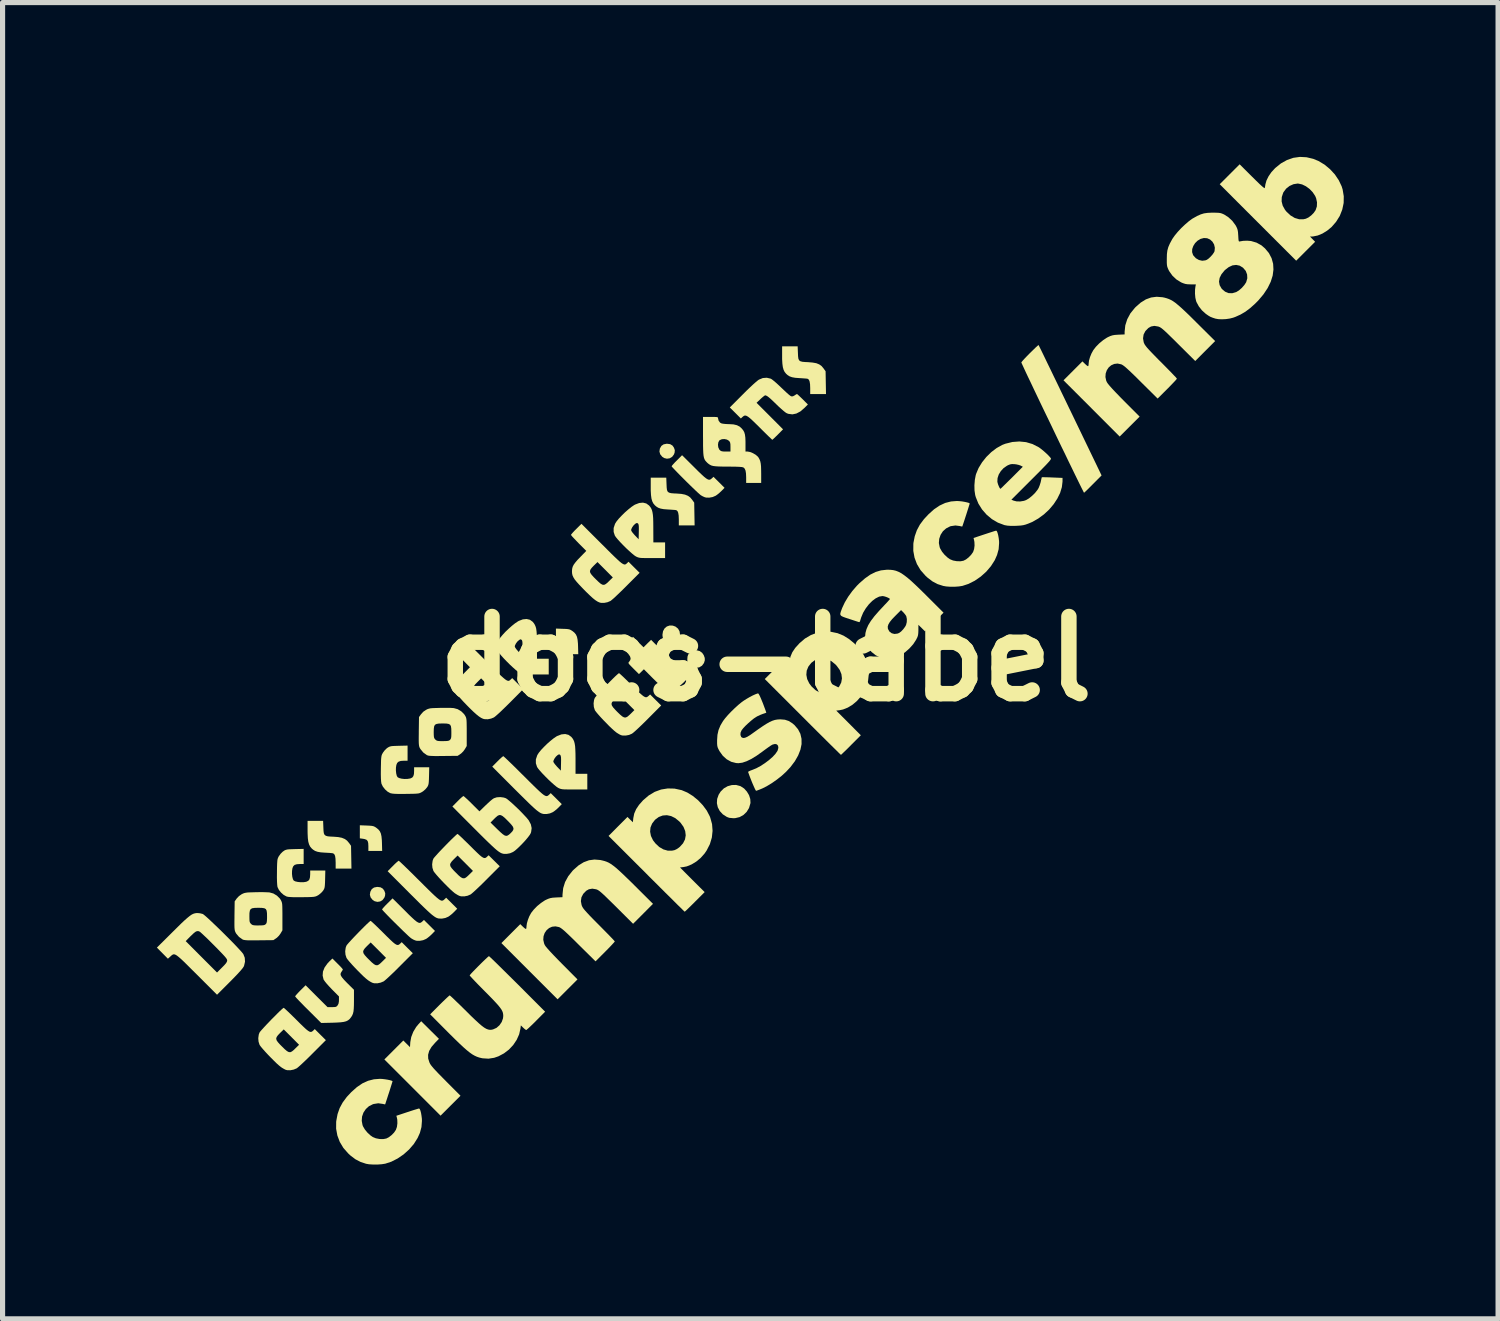
<source format=kicad_pcb>
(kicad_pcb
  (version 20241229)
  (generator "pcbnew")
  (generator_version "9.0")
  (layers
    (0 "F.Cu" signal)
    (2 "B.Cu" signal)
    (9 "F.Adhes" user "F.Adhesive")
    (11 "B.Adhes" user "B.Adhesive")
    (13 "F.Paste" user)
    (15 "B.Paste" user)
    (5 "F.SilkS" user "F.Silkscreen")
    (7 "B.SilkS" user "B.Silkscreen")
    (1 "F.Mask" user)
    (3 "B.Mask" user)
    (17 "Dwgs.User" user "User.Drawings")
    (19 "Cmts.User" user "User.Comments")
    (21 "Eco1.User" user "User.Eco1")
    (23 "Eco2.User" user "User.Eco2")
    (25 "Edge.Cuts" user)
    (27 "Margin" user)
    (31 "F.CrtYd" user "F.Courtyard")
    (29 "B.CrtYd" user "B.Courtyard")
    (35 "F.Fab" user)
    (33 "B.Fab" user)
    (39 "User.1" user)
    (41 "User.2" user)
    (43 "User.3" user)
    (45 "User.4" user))
  (footprint "docs-label"
    (layer "F.Cu")
    (at 11.836 9.756)
    (property "Reference" "docs-label" (at 0 0 0) (layer "F.SilkS") (effects (font (size 1.5 1.5) (thickness 0.3))))
    (attr board_only exclude_from_pos_files exclude_from_bom)
    (fp_poly (pts (xy -7.488 4.443) (xy -7.443 4.47) (xy -7.414 4.511) (xy -7.397 4.56) (xy -7.401 4.608) (xy -7.414 4.643) (xy -7.449 4.69) (xy -7.496 4.718) (xy -7.55 4.726) (xy -7.604 4.713) (xy -7.642 4.688) (xy -7.681 4.64) (xy -7.696 4.587) (xy -7.687 4.53) (xy -7.659 4.478) (xy -7.615 4.447) (xy -7.555 4.435) (xy -7.549 4.435)) (stroke (width 0) (type solid)) (fill yes) (layer "F.SilkS"))
    (fp_poly (pts (xy -1.859 -4.172) (xy -1.814 -4.145) (xy -1.785 -4.104) (xy -1.768 -4.055) (xy -1.772 -4.007) (xy -1.785 -3.972) (xy -1.82 -3.925) (xy -1.867 -3.897) (xy -1.921 -3.889) (xy -1.975 -3.902) (xy -2.013 -3.927) (xy -2.052 -3.975) (xy -2.067 -4.028) (xy -2.059 -4.085) (xy -2.03 -4.137) (xy -1.986 -4.168) (xy -1.926 -4.18) (xy -1.92 -4.18)) (stroke (width 0) (type solid)) (fill yes) (layer "F.SilkS"))
    (fp_poly (pts (xy -1.809 -0.645) (xy -1.754 -0.625) (xy -1.705 -0.585) (xy -1.676 -0.533) (xy -1.667 -0.473) (xy -1.681 -0.409) (xy -1.686 -0.397) (xy -1.723 -0.347) (xy -1.776 -0.316) (xy -1.844 -0.305) (xy -1.847 -0.305) (xy -1.886 -0.307) (xy -1.915 -0.317) (xy -1.943 -0.34) (xy -1.958 -0.354) (xy -1.987 -0.386) (xy -2.002 -0.413) (xy -2.007 -0.446) (xy -2.008 -0.47) (xy -1.997 -0.536) (xy -1.968 -0.589) (xy -1.924 -0.627) (xy -1.87 -0.646)) (stroke (width 0) (type solid)) (fill yes) (layer "F.SilkS"))
    (fp_poly (pts (xy -7.758 3.242) (xy -7.697 3.245) (xy -7.655 3.249) (xy -7.624 3.256) (xy -7.6 3.267) (xy -7.574 3.283) (xy -7.572 3.285) (xy -7.531 3.318) (xy -7.502 3.354) (xy -7.482 3.398) (xy -7.47 3.454) (xy -7.463 3.529) (xy -7.461 3.58) (xy -7.457 3.736) (xy -7.591 3.736) (xy -7.725 3.736) (xy -7.725 3.642) (xy -7.728 3.583) (xy -7.739 3.543) (xy -7.761 3.519) (xy -7.798 3.505) (xy -7.831 3.499) (xy -7.891 3.491) (xy -7.891 3.364) (xy -7.891 3.237)) (stroke (width 0) (type solid)) (fill yes) (layer "F.SilkS"))
    (fp_poly (pts (xy -3.946 -0.582) (xy -3.885 -0.58) (xy -3.843 -0.576) (xy -3.812 -0.569) (xy -3.788 -0.558) (xy -3.762 -0.541) (xy -3.76 -0.54) (xy -3.719 -0.507) (xy -3.69 -0.471) (xy -3.67 -0.427) (xy -3.658 -0.37) (xy -3.651 -0.296) (xy -3.649 -0.245) (xy -3.645 -0.089) (xy -3.779 -0.089) (xy -3.914 -0.089) (xy -3.914 -0.182) (xy -3.916 -0.242) (xy -3.927 -0.282) (xy -3.949 -0.306) (xy -3.986 -0.32) (xy -4.019 -0.326) (xy -4.079 -0.334) (xy -4.079 -0.461) (xy -4.079 -0.587)) (stroke (width 0) (type solid)) (fill yes) (layer "F.SilkS"))
    (fp_poly (pts (xy -1.283 -0.149) (xy -1.237 -0.116) (xy -1.206 -0.071) (xy -1.186 -0.016) (xy -1.185 0.03) (xy -1.2 0.079) (xy -1.203 0.085) (xy -1.24 0.135) (xy -1.293 0.167) (xy -1.361 0.178) (xy -1.364 0.178) (xy -1.403 0.176) (xy -1.432 0.166) (xy -1.461 0.143) (xy -1.475 0.129) (xy -1.505 0.097) (xy -1.519 0.07) (xy -1.524 0.037) (xy -1.525 0.01) (xy -1.521 -0.043) (xy -1.508 -0.08) (xy -1.498 -0.094) (xy -1.451 -0.137) (xy -1.396 -0.16) (xy -1.338 -0.164)) (stroke (width 0) (type solid)) (fill yes) (layer "F.SilkS"))
    (fp_poly (pts (xy -0.499 2.474) (xy -0.487 2.479) (xy -0.421 2.522) (xy -0.367 2.582) (xy -0.325 2.652) (xy -0.301 2.727) (xy -0.297 2.8) (xy -0.299 2.812) (xy -0.325 2.9) (xy -0.371 2.976) (xy -0.433 3.036) (xy -0.508 3.078) (xy -0.593 3.098) (xy -0.628 3.1) (xy -0.71 3.092) (xy -0.756 3.075) (xy -0.835 3.024) (xy -0.894 2.96) (xy -0.933 2.886) (xy -0.95 2.807) (xy -0.945 2.725) (xy -0.916 2.643) (xy -0.876 2.58) (xy -0.814 2.519) (xy -0.74 2.477) (xy -0.659 2.455) (xy -0.577 2.453)) (stroke (width 0) (type solid)) (fill yes) (layer "F.SilkS"))
    (fp_poly (pts (xy -6.526 7.217) (xy -6.353 7.388) (xy -6.428 7.465) (xy -6.498 7.546) (xy -6.543 7.623) (xy -6.564 7.698) (xy -6.562 7.772) (xy -6.538 7.848) (xy -6.526 7.872) (xy -6.509 7.899) (xy -6.485 7.929) (xy -6.453 7.967) (xy -6.41 8.013) (xy -6.355 8.071) (xy -6.284 8.143) (xy -6.219 8.209) (xy -5.934 8.495) (xy -6.128 8.688) (xy -6.322 8.882) (xy -6.868 8.335) (xy -7.414 7.789) (xy -7.23 7.605) (xy -7.046 7.421) (xy -6.981 7.485) (xy -6.916 7.55) (xy -6.91 7.453) (xy -6.892 7.354) (xy -6.853 7.253) (xy -6.796 7.158) (xy -6.754 7.107) (xy -6.698 7.046)) (stroke (width 0) (type solid)) (fill yes) (layer "F.SilkS"))
    (fp_poly (pts (xy -7.016 4.895) (xy -6.939 4.973) (xy -6.876 5.033) (xy -6.827 5.078) (xy -6.788 5.109) (xy -6.758 5.127) (xy -6.734 5.135) (xy -6.713 5.133) (xy -6.694 5.122) (xy -6.674 5.105) (xy -6.674 5.105) (xy -6.645 5.077) (xy -6.537 5.184) (xy -6.43 5.291) (xy -6.49 5.353) (xy -6.531 5.391) (xy -6.574 5.426) (xy -6.603 5.446) (xy -6.661 5.471) (xy -6.725 5.483) (xy -6.787 5.482) (xy -6.817 5.474) (xy -6.855 5.457) (xy -6.893 5.434) (xy -6.913 5.418) (xy -6.947 5.388) (xy -6.991 5.346) (xy -7.045 5.295) (xy -7.104 5.237) (xy -7.165 5.177) (xy -7.228 5.115) (xy -7.288 5.055) (xy -7.343 4.999) (xy -7.39 4.95) (xy -7.427 4.911) (xy -7.451 4.884) (xy -7.459 4.873) (xy -7.45 4.859) (xy -7.427 4.832) (xy -7.393 4.795) (xy -7.357 4.759) (xy -7.255 4.658)) (stroke (width 0) (type solid)) (fill yes) (layer "F.SilkS"))
    (fp_poly (pts (xy -1.387 -3.719) (xy -1.31 -3.642) (xy -1.247 -3.582) (xy -1.198 -3.537) (xy -1.159 -3.506) (xy -1.129 -3.488) (xy -1.105 -3.48) (xy -1.085 -3.482) (xy -1.066 -3.492) (xy -1.046 -3.509) (xy -1.046 -3.509) (xy -1.016 -3.537) (xy -0.908 -3.43) (xy -0.801 -3.323) (xy -0.861 -3.262) (xy -0.902 -3.224) (xy -0.945 -3.189) (xy -0.974 -3.169) (xy -1.032 -3.144) (xy -1.097 -3.132) (xy -1.158 -3.133) (xy -1.188 -3.141) (xy -1.226 -3.158) (xy -1.264 -3.18) (xy -1.284 -3.197) (xy -1.318 -3.227) (xy -1.363 -3.269) (xy -1.416 -3.32) (xy -1.475 -3.377) (xy -1.537 -3.438) (xy -1.599 -3.5) (xy -1.659 -3.56) (xy -1.714 -3.616) (xy -1.761 -3.665) (xy -1.798 -3.704) (xy -1.822 -3.73) (xy -1.83 -3.742) (xy -1.821 -3.756) (xy -1.798 -3.783) (xy -1.764 -3.82) (xy -1.728 -3.856) (xy -1.627 -3.957)) (stroke (width 0) (type solid)) (fill yes) (layer "F.SilkS"))
    (fp_poly (pts (xy -8.6 3.277) (xy -8.597 3.344) (xy -8.591 3.391) (xy -8.577 3.422) (xy -8.552 3.441) (xy -8.513 3.452) (xy -8.454 3.457) (xy -8.405 3.459) (xy -8.313 3.466) (xy -8.241 3.48) (xy -8.185 3.503) (xy -8.14 3.535) (xy -8.102 3.58) (xy -8.1 3.582) (xy -8.062 3.636) (xy -8.058 3.857) (xy -8.054 4.079) (xy -8.207 4.079) (xy -8.361 4.079) (xy -8.361 3.965) (xy -8.364 3.888) (xy -8.372 3.833) (xy -8.388 3.799) (xy -8.411 3.782) (xy -8.417 3.781) (xy -8.441 3.778) (xy -8.483 3.774) (xy -8.536 3.771) (xy -8.573 3.769) (xy -8.653 3.763) (xy -8.714 3.752) (xy -8.762 3.735) (xy -8.801 3.71) (xy -8.828 3.686) (xy -8.857 3.651) (xy -8.878 3.609) (xy -8.893 3.556) (xy -8.902 3.487) (xy -8.906 3.401) (xy -8.907 3.333) (xy -8.907 3.151) (xy -8.756 3.151) (xy -8.605 3.151)) (stroke (width 0) (type solid)) (fill yes) (layer "F.SilkS"))
    (fp_poly (pts (xy -1.929 -3.394) (xy -1.926 -3.327) (xy -1.92 -3.28) (xy -1.906 -3.248) (xy -1.882 -3.23) (xy -1.842 -3.219) (xy -1.783 -3.214) (xy -1.734 -3.212) (xy -1.642 -3.205) (xy -1.57 -3.191) (xy -1.514 -3.168) (xy -1.469 -3.136) (xy -1.431 -3.091) (xy -1.43 -3.089) (xy -1.391 -3.035) (xy -1.387 -2.813) (xy -1.383 -2.592) (xy -1.536 -2.592) (xy -1.69 -2.592) (xy -1.69 -2.706) (xy -1.693 -2.783) (xy -1.702 -2.837) (xy -1.717 -2.872) (xy -1.74 -2.889) (xy -1.746 -2.89) (xy -1.77 -2.893) (xy -1.812 -2.896) (xy -1.866 -2.9) (xy -1.902 -2.902) (xy -1.982 -2.908) (xy -2.043 -2.919) (xy -2.091 -2.936) (xy -2.13 -2.961) (xy -2.157 -2.985) (xy -2.186 -3.02) (xy -2.207 -3.062) (xy -2.222 -3.115) (xy -2.231 -3.183) (xy -2.236 -3.27) (xy -2.236 -3.338) (xy -2.236 -3.52) (xy -2.085 -3.52) (xy -1.934 -3.52)) (stroke (width 0) (type solid)) (fill yes) (layer "F.SilkS"))
    (fp_poly (pts (xy 0.625 -5.948) (xy 0.628 -5.881) (xy 0.634 -5.834) (xy 0.648 -5.802) (xy 0.672 -5.784) (xy 0.712 -5.773) (xy 0.771 -5.768) (xy 0.82 -5.766) (xy 0.912 -5.758) (xy 0.984 -5.745) (xy 1.04 -5.722) (xy 1.085 -5.69) (xy 1.123 -5.645) (xy 1.124 -5.643) (xy 1.163 -5.589) (xy 1.167 -5.367) (xy 1.171 -5.146) (xy 1.018 -5.146) (xy 0.864 -5.146) (xy 0.864 -5.26) (xy 0.861 -5.337) (xy 0.852 -5.391) (xy 0.837 -5.426) (xy 0.813 -5.443) (xy 0.808 -5.444) (xy 0.784 -5.447) (xy 0.742 -5.45) (xy 0.688 -5.454) (xy 0.652 -5.456) (xy 0.572 -5.462) (xy 0.511 -5.473) (xy 0.463 -5.49) (xy 0.424 -5.515) (xy 0.397 -5.539) (xy 0.368 -5.574) (xy 0.347 -5.616) (xy 0.332 -5.669) (xy 0.323 -5.737) (xy 0.318 -5.824) (xy 0.318 -5.892) (xy 0.318 -6.074) (xy 0.469 -6.074) (xy 0.62 -6.074)) (stroke (width 0) (type solid)) (fill yes) (layer "F.SilkS"))
    (fp_poly (pts (xy -7.124 3.935) (xy -7.096 3.96) (xy -7.055 3.999) (xy -7.001 4.051) (xy -6.937 4.113) (xy -6.865 4.184) (xy -6.786 4.263) (xy -6.734 4.314) (xy -6.636 4.412) (xy -6.554 4.493) (xy -6.486 4.559) (xy -6.431 4.611) (xy -6.387 4.65) (xy -6.353 4.677) (xy -6.325 4.694) (xy -6.304 4.702) (xy -6.286 4.702) (xy -6.27 4.696) (xy -6.255 4.685) (xy -6.242 4.673) (xy -6.213 4.645) (xy -6.105 4.752) (xy -5.998 4.859) (xy -6.058 4.921) (xy -6.098 4.959) (xy -6.142 4.994) (xy -6.171 5.014) (xy -6.229 5.039) (xy -6.293 5.051) (xy -6.355 5.05) (xy -6.385 5.042) (xy -6.407 5.033) (xy -6.431 5.019) (xy -6.458 5) (xy -6.492 4.974) (xy -6.532 4.939) (xy -6.581 4.894) (xy -6.641 4.837) (xy -6.712 4.768) (xy -6.797 4.683) (xy -6.898 4.583) (xy -6.944 4.537) (xy -7.35 4.13) (xy -7.249 4.028) (xy -7.208 3.987) (xy -7.172 3.954) (xy -7.146 3.933) (xy -7.135 3.926)) (stroke (width 0) (type solid)) (fill yes) (layer "F.SilkS"))
    (fp_poly (pts (xy -5.091 1.902) (xy -5.063 1.927) (xy -5.022 1.966) (xy -4.968 2.018) (xy -4.904 2.08) (xy -4.832 2.151) (xy -4.753 2.23) (xy -4.701 2.281) (xy -4.603 2.379) (xy -4.521 2.46) (xy -4.453 2.526) (xy -4.398 2.578) (xy -4.354 2.617) (xy -4.32 2.644) (xy -4.292 2.661) (xy -4.271 2.669) (xy -4.253 2.669) (xy -4.237 2.663) (xy -4.222 2.652) (xy -4.209 2.64) (xy -4.18 2.612) (xy -4.072 2.719) (xy -3.965 2.826) (xy -4.025 2.888) (xy -4.065 2.926) (xy -4.109 2.961) (xy -4.138 2.981) (xy -4.196 3.006) (xy -4.26 3.018) (xy -4.322 3.017) (xy -4.352 3.009) (xy -4.374 3) (xy -4.398 2.986) (xy -4.425 2.967) (xy -4.459 2.941) (xy -4.499 2.906) (xy -4.548 2.861) (xy -4.608 2.804) (xy -4.679 2.734) (xy -4.764 2.65) (xy -4.865 2.55) (xy -4.911 2.504) (xy -5.317 2.097) (xy -5.216 1.995) (xy -5.175 1.954) (xy -5.139 1.921) (xy -5.113 1.9) (xy -5.102 1.893)) (stroke (width 0) (type solid)) (fill yes) (layer "F.SilkS"))
    (fp_poly (pts (xy -2.478 -0.324) (xy -2.376 -0.223) (xy -2.303 -0.296) (xy -2.229 -0.368) (xy -2.122 -0.26) (xy -2.015 -0.153) (xy -2.088 -0.079) (xy -2.16 -0.005) (xy -2.029 0.124) (xy -1.968 0.183) (xy -1.92 0.223) (xy -1.883 0.247) (xy -1.853 0.256) (xy -1.827 0.251) (xy -1.802 0.232) (xy -1.792 0.222) (xy -1.768 0.201) (xy -1.749 0.191) (xy -1.748 0.191) (xy -1.734 0.199) (xy -1.706 0.222) (xy -1.669 0.256) (xy -1.633 0.292) (xy -1.532 0.394) (xy -1.601 0.465) (xy -1.68 0.535) (xy -1.753 0.581) (xy -1.824 0.604) (xy -1.893 0.603) (xy -1.963 0.58) (xy -1.963 0.58) (xy -2.003 0.555) (xy -2.056 0.512) (xy -2.123 0.45) (xy -2.198 0.376) (xy -2.369 0.204) (xy -2.417 0.251) (xy -2.465 0.298) (xy -2.573 0.191) (xy -2.618 0.145) (xy -2.648 0.114) (xy -2.664 0.094) (xy -2.669 0.08) (xy -2.666 0.069) (xy -2.656 0.058) (xy -2.633 0.024) (xy -2.627 -0.009) (xy -2.639 -0.047) (xy -2.67 -0.092) (xy -2.709 -0.135) (xy -2.788 -0.217) (xy -2.684 -0.321) (xy -2.58 -0.425)) (stroke (width 0) (type solid)) (fill yes) (layer "F.SilkS"))
    (fp_poly (pts (xy 5.31 -6.086) (xy 5.326 -6.053) (xy 5.353 -5.999) (xy 5.388 -5.927) (xy 5.431 -5.838) (xy 5.481 -5.734) (xy 5.539 -5.615) (xy 5.602 -5.484) (xy 5.671 -5.342) (xy 5.744 -5.19) (xy 5.822 -5.029) (xy 5.902 -4.862) (xy 5.919 -4.828) (xy 6.528 -3.564) (xy 6.361 -3.396) (xy 6.308 -3.343) (xy 6.262 -3.297) (xy 6.224 -3.26) (xy 6.198 -3.236) (xy 6.187 -3.227) (xy 6.187 -3.227) (xy 6.18 -3.239) (xy 6.164 -3.271) (xy 6.137 -3.324) (xy 6.102 -3.395) (xy 6.059 -3.483) (xy 6.008 -3.587) (xy 5.951 -3.705) (xy 5.887 -3.836) (xy 5.819 -3.978) (xy 5.745 -4.129) (xy 5.668 -4.289) (xy 5.588 -4.456) (xy 5.574 -4.486) (xy 5.493 -4.654) (xy 5.415 -4.815) (xy 5.341 -4.969) (xy 5.272 -5.114) (xy 5.208 -5.248) (xy 5.151 -5.369) (xy 5.099 -5.477) (xy 5.055 -5.57) (xy 5.02 -5.646) (xy 4.993 -5.704) (xy 4.976 -5.742) (xy 4.968 -5.759) (xy 4.968 -5.76) (xy 4.977 -5.773) (xy 4.999 -5.8) (xy 5.033 -5.837) (xy 5.075 -5.881) (xy 5.121 -5.928) (xy 5.169 -5.975) (xy 5.214 -6.019) (xy 5.253 -6.057) (xy 5.283 -6.084) (xy 5.301 -6.097) (xy 5.304 -6.098)) (stroke (width 0) (type solid)) (fill yes) (layer "F.SilkS"))
    (fp_poly (pts (xy -8.323 5.928) (xy -8.282 5.969) (xy -8.249 6.004) (xy -8.228 6.029) (xy -8.221 6.039) (xy -8.228 6.055) (xy -8.245 6.082) (xy -8.248 6.086) (xy -8.262 6.11) (xy -8.266 6.135) (xy -8.258 6.162) (xy -8.236 6.196) (xy -8.199 6.24) (xy -8.145 6.296) (xy -8.125 6.316) (xy -8.005 6.435) (xy -8.005 6.64) (xy -8.006 6.731) (xy -8.009 6.801) (xy -8.014 6.854) (xy -8.024 6.896) (xy -8.038 6.931) (xy -8.057 6.962) (xy -8.065 6.973) (xy -8.091 7.005) (xy -8.121 7.029) (xy -8.157 7.047) (xy -8.203 7.059) (xy -8.263 7.067) (xy -8.342 7.072) (xy -8.422 7.075) (xy -8.642 7.08) (xy -8.895 6.828) (xy -8.961 6.763) (xy -9.02 6.702) (xy -9.071 6.65) (xy -9.111 6.608) (xy -9.137 6.578) (xy -9.148 6.564) (xy -9.149 6.563) (xy -9.14 6.549) (xy -9.117 6.522) (xy -9.083 6.485) (xy -9.047 6.448) (xy -8.945 6.347) (xy -8.732 6.56) (xy -8.519 6.772) (xy -8.435 6.772) (xy -8.388 6.771) (xy -8.359 6.767) (xy -8.339 6.756) (xy -8.324 6.739) (xy -8.306 6.706) (xy -8.298 6.663) (xy -8.297 6.635) (xy -8.297 6.564) (xy -8.437 6.423) (xy -8.487 6.37) (xy -8.532 6.32) (xy -8.567 6.277) (xy -8.59 6.245) (xy -8.596 6.235) (xy -8.614 6.159) (xy -8.608 6.081) (xy -8.577 6.003) (xy -8.521 5.924) (xy -8.483 5.883) (xy -8.424 5.827)) (stroke (width 0) (type solid)) (fill yes) (layer "F.SilkS"))
    (fp_poly (pts (xy -4.585 -0.758) (xy -4.531 -0.719) (xy -4.506 -0.688) (xy -4.488 -0.658) (xy -4.474 -0.625) (xy -4.463 -0.586) (xy -4.456 -0.535) (xy -4.451 -0.472) (xy -4.449 -0.39) (xy -4.448 -0.288) (xy -4.448 -0.264) (xy -4.447 0) (xy -4.333 0) (xy -4.219 0) (xy -4.219 0.152) (xy -4.219 0.305) (xy -4.47 0.305) (xy -4.557 0.305) (xy -4.622 0.304) (xy -4.67 0.302) (xy -4.705 0.299) (xy -4.732 0.295) (xy -4.754 0.288) (xy -4.776 0.278) (xy -4.785 0.274) (xy -4.818 0.252) (xy -4.863 0.215) (xy -4.917 0.167) (xy -4.976 0.112) (xy -5.035 0.053) (xy -5.091 -0.005) (xy -5.139 -0.058) (xy -5.176 -0.103) (xy -5.196 -0.133) (xy -5.219 -0.204) (xy -5.219 -0.237) (xy -4.879 -0.237) (xy -4.871 -0.218) (xy -4.849 -0.186) (xy -4.817 -0.149) (xy -4.806 -0.137) (xy -4.733 -0.061) (xy -4.73 -0.204) (xy -4.729 -0.271) (xy -4.73 -0.317) (xy -4.734 -0.346) (xy -4.742 -0.363) (xy -4.745 -0.366) (xy -4.761 -0.378) (xy -4.779 -0.374) (xy -4.796 -0.363) (xy -4.829 -0.334) (xy -4.857 -0.296) (xy -4.876 -0.257) (xy -4.879 -0.237) (xy -5.219 -0.237) (xy -5.218 -0.28) (xy -5.193 -0.359) (xy -5.19 -0.365) (xy -5.162 -0.409) (xy -5.117 -0.463) (xy -5.062 -0.523) (xy -4.999 -0.583) (xy -4.935 -0.64) (xy -4.874 -0.689) (xy -4.82 -0.725) (xy -4.803 -0.735) (xy -4.722 -0.766) (xy -4.649 -0.773)) (stroke (width 0) (type solid)) (fill yes) (layer "F.SilkS"))
    (fp_poly (pts (xy -3.835 1.479) (xy -3.781 1.518) (xy -3.756 1.548) (xy -3.738 1.578) (xy -3.724 1.611) (xy -3.714 1.651) (xy -3.706 1.701) (xy -3.702 1.765) (xy -3.699 1.846) (xy -3.698 1.949) (xy -3.698 1.973) (xy -3.698 2.236) (xy -3.583 2.236) (xy -3.469 2.236) (xy -3.469 2.389) (xy -3.469 2.541) (xy -3.72 2.541) (xy -3.807 2.541) (xy -3.872 2.54) (xy -3.92 2.539) (xy -3.956 2.536) (xy -3.982 2.531) (xy -4.004 2.524) (xy -4.026 2.514) (xy -4.035 2.51) (xy -4.068 2.488) (xy -4.113 2.451) (xy -4.167 2.403) (xy -4.226 2.348) (xy -4.285 2.289) (xy -4.341 2.231) (xy -4.389 2.178) (xy -4.426 2.133) (xy -4.446 2.103) (xy -4.469 2.032) (xy -4.469 1.999) (xy -4.13 1.999) (xy -4.121 2.019) (xy -4.099 2.05) (xy -4.067 2.087) (xy -4.057 2.099) (xy -3.983 2.175) (xy -3.98 2.032) (xy -3.979 1.965) (xy -3.98 1.92) (xy -3.985 1.891) (xy -3.992 1.874) (xy -3.995 1.87) (xy -4.011 1.859) (xy -4.029 1.862) (xy -4.047 1.873) (xy -4.079 1.902) (xy -4.107 1.94) (xy -4.126 1.979) (xy -4.13 1.999) (xy -4.469 1.999) (xy -4.469 1.956) (xy -4.443 1.878) (xy -4.44 1.871) (xy -4.412 1.827) (xy -4.368 1.773) (xy -4.312 1.714) (xy -4.25 1.653) (xy -4.185 1.596) (xy -4.124 1.547) (xy -4.071 1.511) (xy -4.053 1.501) (xy -3.972 1.47) (xy -3.899 1.463)) (stroke (width 0) (type solid)) (fill yes) (layer "F.SilkS"))
    (fp_poly (pts (xy -2.323 -3.019) (xy -2.269 -2.98) (xy -2.244 -2.95) (xy -2.226 -2.92) (xy -2.212 -2.887) (xy -2.202 -2.847) (xy -2.194 -2.797) (xy -2.189 -2.733) (xy -2.187 -2.652) (xy -2.186 -2.549) (xy -2.186 -2.525) (xy -2.185 -2.262) (xy -2.071 -2.262) (xy -1.957 -2.262) (xy -1.957 -2.109) (xy -1.957 -1.957) (xy -2.208 -1.957) (xy -2.295 -1.957) (xy -2.36 -1.958) (xy -2.408 -1.959) (xy -2.444 -1.962) (xy -2.47 -1.967) (xy -2.492 -1.974) (xy -2.514 -1.984) (xy -2.523 -1.988) (xy -2.556 -2.01) (xy -2.601 -2.047) (xy -2.655 -2.095) (xy -2.714 -2.15) (xy -2.773 -2.209) (xy -2.829 -2.267) (xy -2.877 -2.32) (xy -2.914 -2.365) (xy -2.934 -2.395) (xy -2.957 -2.466) (xy -2.957 -2.499) (xy -2.617 -2.499) (xy -2.609 -2.48) (xy -2.587 -2.448) (xy -2.555 -2.411) (xy -2.544 -2.399) (xy -2.471 -2.323) (xy -2.468 -2.466) (xy -2.467 -2.533) (xy -2.468 -2.578) (xy -2.472 -2.607) (xy -2.48 -2.625) (xy -2.483 -2.628) (xy -2.499 -2.639) (xy -2.517 -2.636) (xy -2.535 -2.625) (xy -2.567 -2.596) (xy -2.595 -2.558) (xy -2.614 -2.519) (xy -2.617 -2.499) (xy -2.957 -2.499) (xy -2.957 -2.542) (xy -2.931 -2.62) (xy -2.928 -2.627) (xy -2.9 -2.671) (xy -2.856 -2.725) (xy -2.8 -2.784) (xy -2.738 -2.845) (xy -2.673 -2.902) (xy -2.612 -2.951) (xy -2.559 -2.987) (xy -2.541 -2.997) (xy -2.46 -3.028) (xy -2.387 -3.035)) (stroke (width 0) (type solid)) (fill yes) (layer "F.SilkS"))
    (fp_poly (pts (xy -8.983 3.843) (xy -8.983 3.99) (xy -9.053 3.99) (xy -9.115 3.994) (xy -9.158 4.007) (xy -9.185 4.033) (xy -9.201 4.071) (xy -9.209 4.124) (xy -9.21 4.182) (xy -9.204 4.238) (xy -9.192 4.284) (xy -9.177 4.311) (xy -9.147 4.327) (xy -9.1 4.338) (xy -9.044 4.344) (xy -8.987 4.344) (xy -8.937 4.336) (xy -8.927 4.333) (xy -8.893 4.316) (xy -8.871 4.289) (xy -8.86 4.247) (xy -8.856 4.186) (xy -8.856 4.186) (xy -8.856 4.117) (xy -8.709 4.117) (xy -8.562 4.117) (xy -8.566 4.286) (xy -8.568 4.356) (xy -8.571 4.405) (xy -8.575 4.44) (xy -8.582 4.466) (xy -8.592 4.487) (xy -8.605 4.508) (xy -8.638 4.546) (xy -8.68 4.582) (xy -8.7 4.596) (xy -8.722 4.608) (xy -8.741 4.617) (xy -8.762 4.623) (xy -8.79 4.628) (xy -8.828 4.631) (xy -8.881 4.633) (xy -8.951 4.634) (xy -9.015 4.635) (xy -9.11 4.635) (xy -9.184 4.635) (xy -9.239 4.632) (xy -9.279 4.629) (xy -9.309 4.623) (xy -9.32 4.619) (xy -9.372 4.59) (xy -9.423 4.545) (xy -9.465 4.492) (xy -9.491 4.438) (xy -9.492 4.435) (xy -9.497 4.397) (xy -9.501 4.335) (xy -9.503 4.252) (xy -9.502 4.149) (xy -9.502 4.137) (xy -9.501 4.053) (xy -9.499 3.99) (xy -9.496 3.944) (xy -9.493 3.91) (xy -9.487 3.885) (xy -9.479 3.865) (xy -9.469 3.844) (xy -9.462 3.834) (xy -9.431 3.791) (xy -9.392 3.752) (xy -9.374 3.739) (xy -9.352 3.724) (xy -9.33 3.715) (xy -9.303 3.708) (xy -9.267 3.704) (xy -9.216 3.702) (xy -9.153 3.7) (xy -8.983 3.696)) (stroke (width 0) (type solid)) (fill yes) (layer "F.SilkS"))
    (fp_poly (pts (xy -6.963 1.835) (xy -6.963 1.982) (xy -7.032 1.982) (xy -7.095 1.986) (xy -7.137 2) (xy -7.165 2.025) (xy -7.181 2.064) (xy -7.189 2.116) (xy -7.19 2.174) (xy -7.184 2.23) (xy -7.172 2.277) (xy -7.156 2.303) (xy -7.126 2.319) (xy -7.08 2.331) (xy -7.024 2.337) (xy -6.967 2.336) (xy -6.917 2.328) (xy -6.907 2.326) (xy -6.872 2.309) (xy -6.851 2.282) (xy -6.839 2.24) (xy -6.836 2.178) (xy -6.836 2.178) (xy -6.836 2.109) (xy -6.689 2.109) (xy -6.542 2.109) (xy -6.546 2.279) (xy -6.548 2.348) (xy -6.551 2.398) (xy -6.555 2.432) (xy -6.562 2.458) (xy -6.572 2.48) (xy -6.585 2.5) (xy -6.617 2.538) (xy -6.66 2.575) (xy -6.68 2.588) (xy -6.701 2.6) (xy -6.721 2.609) (xy -6.742 2.616) (xy -6.77 2.62) (xy -6.808 2.623) (xy -6.86 2.625) (xy -6.931 2.626) (xy -6.995 2.627) (xy -7.09 2.628) (xy -7.164 2.627) (xy -7.219 2.625) (xy -7.259 2.621) (xy -7.288 2.615) (xy -7.3 2.612) (xy -7.352 2.583) (xy -7.402 2.538) (xy -7.444 2.484) (xy -7.47 2.431) (xy -7.471 2.427) (xy -7.477 2.389) (xy -7.481 2.328) (xy -7.483 2.245) (xy -7.482 2.142) (xy -7.482 2.13) (xy -7.48 2.045) (xy -7.479 1.982) (xy -7.476 1.936) (xy -7.472 1.903) (xy -7.467 1.878) (xy -7.459 1.857) (xy -7.448 1.837) (xy -7.442 1.826) (xy -7.411 1.784) (xy -7.372 1.745) (xy -7.354 1.731) (xy -7.331 1.717) (xy -7.309 1.707) (xy -7.283 1.7) (xy -7.247 1.696) (xy -7.195 1.694) (xy -7.132 1.692) (xy -6.963 1.688)) (stroke (width 0) (type solid)) (fill yes) (layer "F.SilkS"))
    (fp_poly (pts (xy 0.096 -5.445) (xy 0.097 -5.445) (xy 0.122 -5.429) (xy 0.159 -5.4) (xy 0.207 -5.359) (xy 0.261 -5.309) (xy 0.304 -5.268) (xy 0.358 -5.217) (xy 0.407 -5.171) (xy 0.449 -5.134) (xy 0.48 -5.11) (xy 0.494 -5.102) (xy 0.526 -5.101) (xy 0.56 -5.119) (xy 0.587 -5.137) (xy 0.605 -5.146) (xy 0.607 -5.146) (xy 0.619 -5.138) (xy 0.645 -5.114) (xy 0.681 -5.08) (xy 0.718 -5.044) (xy 0.819 -4.943) (xy 0.751 -4.875) (xy 0.673 -4.808) (xy 0.595 -4.767) (xy 0.518 -4.751) (xy 0.44 -4.761) (xy 0.41 -4.772) (xy 0.385 -4.787) (xy 0.347 -4.817) (xy 0.299 -4.859) (xy 0.245 -4.908) (xy 0.21 -4.942) (xy 0.145 -5.005) (xy 0.094 -5.053) (xy 0.055 -5.086) (xy 0.026 -5.107) (xy 0.003 -5.118) (xy -0.013 -5.121) (xy -0.028 -5.112) (xy -0.056 -5.09) (xy -0.092 -5.059) (xy -0.103 -5.048) (xy -0.179 -4.976) (xy 0.079 -4.718) (xy 0.336 -4.46) (xy 0.235 -4.358) (xy 0.194 -4.318) (xy 0.16 -4.285) (xy 0.136 -4.263) (xy 0.127 -4.257) (xy 0.117 -4.265) (xy 0.091 -4.29) (xy 0.052 -4.327) (xy 0.002 -4.376) (xy -0.056 -4.433) (xy -0.115 -4.492) (xy -0.192 -4.568) (xy -0.254 -4.628) (xy -0.303 -4.673) (xy -0.341 -4.703) (xy -0.371 -4.721) (xy -0.395 -4.728) (xy -0.416 -4.726) (xy -0.435 -4.715) (xy -0.454 -4.699) (xy -0.484 -4.671) (xy -0.591 -4.778) (xy -0.699 -4.885) (xy -0.448 -5.137) (xy -0.375 -5.21) (xy -0.306 -5.276) (xy -0.244 -5.334) (xy -0.192 -5.38) (xy -0.153 -5.412) (xy -0.133 -5.426) (xy -0.058 -5.457) (xy 0.02 -5.463)) (stroke (width 0) (type solid)) (fill yes) (layer "F.SilkS"))
    (fp_poly (pts (xy -9.359 6.794) (xy -9.332 6.818) (xy -9.291 6.856) (xy -9.24 6.905) (xy -9.182 6.962) (xy -9.123 7.02) (xy -9.047 7.096) (xy -8.986 7.155) (xy -8.939 7.199) (xy -8.901 7.229) (xy -8.873 7.247) (xy -8.85 7.254) (xy -8.831 7.252) (xy -8.813 7.242) (xy -8.796 7.227) (xy -8.767 7.199) (xy -8.659 7.307) (xy -8.551 7.414) (xy -8.809 7.672) (xy -8.877 7.74) (xy -8.943 7.804) (xy -9.003 7.861) (xy -9.054 7.908) (xy -9.093 7.942) (xy -9.117 7.961) (xy -9.119 7.962) (xy -9.176 7.986) (xy -9.241 7.999) (xy -9.303 7.998) (xy -9.333 7.99) (xy -9.365 7.974) (xy -9.406 7.95) (xy -9.428 7.934) (xy -9.463 7.906) (xy -9.509 7.865) (xy -9.562 7.813) (xy -9.619 7.756) (xy -9.676 7.697) (xy -9.73 7.639) (xy -9.777 7.586) (xy -9.814 7.542) (xy -9.837 7.51) (xy -9.841 7.503) (xy -9.86 7.443) (xy -9.865 7.383) (xy -9.517 7.383) (xy -9.51 7.415) (xy -9.485 7.452) (xy -9.443 7.499) (xy -9.405 7.537) (xy -9.35 7.591) (xy -9.307 7.627) (xy -9.272 7.646) (xy -9.241 7.648) (xy -9.21 7.633) (xy -9.174 7.604) (xy -9.146 7.576) (xy -9.072 7.504) (xy -9.221 7.354) (xy -9.37 7.205) (xy -9.444 7.277) (xy -9.484 7.319) (xy -9.508 7.353) (xy -9.517 7.383) (xy -9.865 7.383) (xy -9.865 7.373) (xy -9.856 7.307) (xy -9.842 7.268) (xy -9.828 7.248) (xy -9.799 7.214) (xy -9.759 7.17) (xy -9.711 7.118) (xy -9.657 7.062) (xy -9.601 7.003) (xy -9.544 6.947) (xy -9.492 6.894) (xy -9.445 6.848) (xy -9.407 6.813) (xy -9.381 6.791) (xy -9.371 6.785)) (stroke (width 0) (type solid)) (fill yes) (layer "F.SilkS"))
    (fp_poly (pts (xy -7.669 5.104) (xy -7.642 5.128) (xy -7.601 5.166) (xy -7.55 5.215) (xy -7.492 5.272) (xy -7.433 5.33) (xy -7.357 5.406) (xy -7.296 5.465) (xy -7.249 5.509) (xy -7.212 5.539) (xy -7.183 5.557) (xy -7.16 5.564) (xy -7.141 5.562) (xy -7.123 5.552) (xy -7.106 5.537) (xy -7.077 5.509) (xy -6.969 5.617) (xy -6.861 5.724) (xy -7.119 5.982) (xy -7.188 6.051) (xy -7.253 6.114) (xy -7.313 6.171) (xy -7.364 6.218) (xy -7.403 6.252) (xy -7.427 6.271) (xy -7.429 6.272) (xy -7.487 6.296) (xy -7.551 6.309) (xy -7.613 6.308) (xy -7.643 6.3) (xy -7.675 6.285) (xy -7.716 6.26) (xy -7.738 6.244) (xy -7.773 6.216) (xy -7.819 6.175) (xy -7.872 6.123) (xy -7.929 6.066) (xy -7.986 6.007) (xy -8.04 5.949) (xy -8.087 5.896) (xy -8.124 5.852) (xy -8.147 5.82) (xy -8.151 5.813) (xy -8.17 5.753) (xy -8.175 5.693) (xy -7.827 5.693) (xy -7.82 5.725) (xy -7.795 5.762) (xy -7.753 5.809) (xy -7.715 5.847) (xy -7.66 5.901) (xy -7.617 5.937) (xy -7.582 5.956) (xy -7.551 5.958) (xy -7.52 5.944) (xy -7.484 5.914) (xy -7.456 5.887) (xy -7.382 5.814) (xy -7.531 5.664) (xy -7.68 5.515) (xy -7.754 5.587) (xy -7.794 5.629) (xy -7.818 5.663) (xy -7.827 5.693) (xy -8.175 5.693) (xy -8.175 5.683) (xy -8.166 5.617) (xy -8.152 5.578) (xy -8.138 5.558) (xy -8.109 5.524) (xy -8.069 5.48) (xy -8.021 5.428) (xy -7.967 5.372) (xy -7.911 5.314) (xy -7.855 5.257) (xy -7.802 5.204) (xy -7.755 5.158) (xy -7.717 5.123) (xy -7.692 5.101) (xy -7.681 5.095)) (stroke (width 0) (type solid)) (fill yes) (layer "F.SilkS"))
    (fp_poly (pts (xy -5.979 3.414) (xy -5.952 3.438) (xy -5.911 3.476) (xy -5.861 3.525) (xy -5.802 3.582) (xy -5.743 3.64) (xy -5.667 3.716) (xy -5.606 3.775) (xy -5.559 3.819) (xy -5.522 3.849) (xy -5.493 3.867) (xy -5.47 3.874) (xy -5.451 3.872) (xy -5.433 3.862) (xy -5.417 3.847) (xy -5.387 3.82) (xy -5.279 3.927) (xy -5.171 4.034) (xy -5.429 4.292) (xy -5.498 4.361) (xy -5.563 4.424) (xy -5.623 4.481) (xy -5.674 4.528) (xy -5.713 4.562) (xy -5.737 4.581) (xy -5.739 4.582) (xy -5.797 4.607) (xy -5.861 4.619) (xy -5.923 4.618) (xy -5.953 4.61) (xy -5.985 4.595) (xy -6.026 4.57) (xy -6.049 4.555) (xy -6.083 4.526) (xy -6.129 4.485) (xy -6.182 4.433) (xy -6.239 4.376) (xy -6.296 4.317) (xy -6.35 4.259) (xy -6.397 4.206) (xy -6.434 4.162) (xy -6.457 4.13) (xy -6.461 4.123) (xy -6.48 4.063) (xy -6.485 4.003) (xy -6.137 4.003) (xy -6.13 4.035) (xy -6.105 4.072) (xy -6.063 4.119) (xy -6.025 4.157) (xy -5.97 4.212) (xy -5.927 4.248) (xy -5.892 4.266) (xy -5.861 4.268) (xy -5.83 4.254) (xy -5.794 4.224) (xy -5.766 4.197) (xy -5.692 4.124) (xy -5.841 3.974) (xy -5.99 3.825) (xy -6.064 3.897) (xy -6.104 3.939) (xy -6.128 3.973) (xy -6.137 4.003) (xy -6.485 4.003) (xy -6.485 3.994) (xy -6.476 3.927) (xy -6.462 3.888) (xy -6.448 3.868) (xy -6.419 3.835) (xy -6.379 3.79) (xy -6.331 3.738) (xy -6.277 3.682) (xy -6.221 3.624) (xy -6.165 3.567) (xy -6.112 3.514) (xy -6.065 3.469) (xy -6.027 3.433) (xy -6.002 3.411) (xy -5.991 3.405)) (stroke (width 0) (type solid)) (fill yes) (layer "F.SilkS"))
    (fp_poly (pts (xy -2.841 0.288) (xy -2.813 0.313) (xy -2.773 0.35) (xy -2.722 0.399) (xy -2.664 0.456) (xy -2.605 0.515) (xy -2.529 0.59) (xy -2.468 0.65) (xy -2.42 0.693) (xy -2.383 0.724) (xy -2.354 0.741) (xy -2.332 0.749) (xy -2.313 0.746) (xy -2.295 0.736) (xy -2.278 0.722) (xy -2.248 0.694) (xy -2.141 0.801) (xy -2.033 0.908) (xy -2.29 1.166) (xy -2.359 1.235) (xy -2.425 1.299) (xy -2.484 1.355) (xy -2.535 1.402) (xy -2.574 1.436) (xy -2.599 1.455) (xy -2.6 1.456) (xy -2.658 1.481) (xy -2.723 1.493) (xy -2.784 1.492) (xy -2.814 1.485) (xy -2.847 1.469) (xy -2.888 1.444) (xy -2.91 1.429) (xy -2.945 1.4) (xy -2.99 1.359) (xy -3.044 1.308) (xy -3.1 1.25) (xy -3.158 1.191) (xy -3.212 1.133) (xy -3.259 1.08) (xy -3.296 1.036) (xy -3.319 1.005) (xy -3.323 0.997) (xy -3.342 0.937) (xy -3.346 0.878) (xy -2.999 0.878) (xy -2.991 0.909) (xy -2.967 0.946) (xy -2.924 0.994) (xy -2.887 1.032) (xy -2.831 1.086) (xy -2.788 1.122) (xy -2.754 1.14) (xy -2.723 1.142) (xy -2.692 1.128) (xy -2.656 1.098) (xy -2.627 1.071) (xy -2.554 0.998) (xy -2.703 0.849) (xy -2.852 0.699) (xy -2.925 0.772) (xy -2.965 0.813) (xy -2.99 0.847) (xy -2.999 0.878) (xy -3.346 0.878) (xy -3.347 0.868) (xy -3.338 0.801) (xy -3.324 0.762) (xy -3.309 0.742) (xy -3.281 0.709) (xy -3.241 0.665) (xy -3.192 0.613) (xy -3.139 0.556) (xy -3.082 0.498) (xy -3.026 0.441) (xy -2.973 0.388) (xy -2.927 0.343) (xy -2.889 0.308) (xy -2.863 0.286) (xy -2.853 0.28)) (stroke (width 0) (type solid)) (fill yes) (layer "F.SilkS"))
    (fp_poly (pts (xy -5.447 0.035) (xy -5.349 0.134) (xy -5.266 0.215) (xy -5.198 0.282) (xy -5.143 0.334) (xy -5.099 0.373) (xy -5.065 0.401) (xy -5.037 0.419) (xy -5.016 0.428) (xy -4.999 0.43) (xy -4.985 0.425) (xy -4.971 0.415) (xy -4.959 0.404) (xy -4.929 0.376) (xy -4.822 0.483) (xy -4.714 0.59) (xy -4.971 0.849) (xy -5.04 0.917) (xy -5.106 0.981) (xy -5.165 1.038) (xy -5.216 1.084) (xy -5.255 1.118) (xy -5.28 1.137) (xy -5.281 1.139) (xy -5.339 1.163) (xy -5.404 1.176) (xy -5.466 1.174) (xy -5.495 1.167) (xy -5.533 1.149) (xy -5.576 1.121) (xy -5.626 1.081) (xy -5.686 1.027) (xy -5.758 0.957) (xy -5.814 0.9) (xy -5.884 0.827) (xy -5.937 0.768) (xy -5.976 0.719) (xy -6.002 0.678) (xy -6.018 0.64) (xy -6.026 0.602) (xy -6.028 0.561) (xy -6.028 0.56) (xy -5.68 0.56) (xy -5.672 0.592) (xy -5.648 0.629) (xy -5.605 0.676) (xy -5.568 0.714) (xy -5.512 0.768) (xy -5.469 0.804) (xy -5.435 0.823) (xy -5.404 0.824) (xy -5.373 0.81) (xy -5.337 0.78) (xy -5.308 0.753) (xy -5.235 0.68) (xy -5.384 0.531) (xy -5.533 0.381) (xy -5.606 0.454) (xy -5.646 0.495) (xy -5.671 0.529) (xy -5.68 0.56) (xy -6.028 0.56) (xy -6.028 0.559) (xy -6.025 0.515) (xy -6.016 0.475) (xy -5.997 0.436) (xy -5.966 0.392) (xy -5.921 0.34) (xy -5.866 0.282) (xy -5.751 0.165) (xy -5.899 0.015) (xy -5.949 -0.035) (xy -5.992 -0.08) (xy -6.024 -0.116) (xy -6.044 -0.139) (xy -6.048 -0.147) (xy -6.04 -0.16) (xy -6.017 -0.187) (xy -5.982 -0.224) (xy -5.947 -0.26) (xy -5.845 -0.362)) (stroke (width 0) (type solid)) (fill yes) (layer "F.SilkS"))
    (fp_poly (pts (xy -3.186 -2.227) (xy -3.087 -2.128) (xy -3.005 -2.046) (xy -2.937 -1.98) (xy -2.882 -1.928) (xy -2.838 -1.888) (xy -2.803 -1.86) (xy -2.776 -1.843) (xy -2.755 -1.834) (xy -2.738 -1.832) (xy -2.723 -1.837) (xy -2.709 -1.847) (xy -2.697 -1.858) (xy -2.668 -1.886) (xy -2.56 -1.778) (xy -2.452 -1.671) (xy -2.71 -1.413) (xy -2.778 -1.345) (xy -2.844 -1.281) (xy -2.904 -1.224) (xy -2.954 -1.177) (xy -2.994 -1.143) (xy -3.018 -1.124) (xy -3.02 -1.123) (xy -3.077 -1.099) (xy -3.142 -1.086) (xy -3.204 -1.087) (xy -3.234 -1.095) (xy -3.271 -1.112) (xy -3.314 -1.14) (xy -3.364 -1.18) (xy -3.424 -1.235) (xy -3.496 -1.305) (xy -3.552 -1.362) (xy -3.622 -1.435) (xy -3.675 -1.494) (xy -3.714 -1.542) (xy -3.74 -1.584) (xy -3.757 -1.622) (xy -3.765 -1.66) (xy -3.767 -1.7) (xy -3.767 -1.702) (xy -3.418 -1.702) (xy -3.411 -1.67) (xy -3.386 -1.633) (xy -3.344 -1.586) (xy -3.306 -1.548) (xy -3.25 -1.494) (xy -3.208 -1.458) (xy -3.173 -1.439) (xy -3.142 -1.437) (xy -3.111 -1.452) (xy -3.075 -1.481) (xy -3.047 -1.509) (xy -2.973 -1.581) (xy -3.122 -1.731) (xy -3.271 -1.88) (xy -3.345 -1.808) (xy -3.385 -1.766) (xy -3.409 -1.732) (xy -3.418 -1.702) (xy -3.767 -1.702) (xy -3.767 -1.703) (xy -3.764 -1.747) (xy -3.754 -1.787) (xy -3.735 -1.826) (xy -3.704 -1.869) (xy -3.66 -1.921) (xy -3.604 -1.979) (xy -3.489 -2.097) (xy -3.638 -2.246) (xy -3.687 -2.297) (xy -3.73 -2.342) (xy -3.763 -2.377) (xy -3.782 -2.401) (xy -3.786 -2.408) (xy -3.778 -2.422) (xy -3.755 -2.449) (xy -3.721 -2.486) (xy -3.685 -2.522) (xy -3.583 -2.623)) (stroke (width 0) (type solid)) (fill yes) (layer "F.SilkS"))
    (fp_poly (pts (xy 10.513 -9.749) (xy 10.643 -9.718) (xy 10.743 -9.677) (xy 10.862 -9.606) (xy 10.969 -9.517) (xy 11.063 -9.415) (xy 11.139 -9.302) (xy 11.195 -9.184) (xy 11.214 -9.123) (xy 11.236 -8.991) (xy 11.234 -8.86) (xy 11.207 -8.732) (xy 11.158 -8.608) (xy 11.086 -8.493) (xy 10.998 -8.392) (xy 10.913 -8.322) (xy 10.822 -8.266) (xy 10.73 -8.228) (xy 10.642 -8.21) (xy 10.617 -8.208) (xy 10.579 -8.208) (xy 10.629 -8.157) (xy 10.679 -8.106) (xy 10.495 -7.922) (xy 10.311 -7.738) (xy 9.568 -8.481) (xy 9.158 -8.891) (xy 10.028 -8.891) (xy 10.049 -8.808) (xy 10.094 -8.727) (xy 10.122 -8.692) (xy 10.201 -8.618) (xy 10.283 -8.569) (xy 10.368 -8.544) (xy 10.453 -8.544) (xy 10.498 -8.554) (xy 10.549 -8.578) (xy 10.604 -8.619) (xy 10.653 -8.669) (xy 10.689 -8.721) (xy 10.689 -8.721) (xy 10.713 -8.793) (xy 10.716 -8.872) (xy 10.699 -8.952) (xy 10.681 -8.995) (xy 10.633 -9.068) (xy 10.571 -9.133) (xy 10.5 -9.185) (xy 10.426 -9.221) (xy 10.353 -9.237) (xy 10.338 -9.238) (xy 10.258 -9.225) (xy 10.182 -9.191) (xy 10.116 -9.139) (xy 10.065 -9.071) (xy 10.058 -9.057) (xy 10.031 -8.975) (xy 10.028 -8.891) (xy 9.158 -8.891) (xy 8.825 -9.225) (xy 9.018 -9.418) (xy 9.212 -9.612) (xy 9.453 -9.372) (xy 9.534 -9.292) (xy 9.599 -9.229) (xy 9.648 -9.184) (xy 9.681 -9.157) (xy 9.698 -9.148) (xy 9.7 -9.149) (xy 9.705 -9.173) (xy 9.711 -9.21) (xy 9.713 -9.224) (xy 9.734 -9.298) (xy 9.774 -9.379) (xy 9.83 -9.46) (xy 9.899 -9.535) (xy 9.903 -9.539) (xy 10.014 -9.629) (xy 10.132 -9.695) (xy 10.256 -9.738) (xy 10.384 -9.756)) (stroke (width 0) (type solid)) (fill yes) (layer "F.SilkS"))
    (fp_poly (pts (xy -5.864 2.677) (xy -5.837 2.701) (xy -5.798 2.736) (xy -5.751 2.781) (xy -5.715 2.817) (xy -5.566 2.966) (xy -5.448 2.851) (xy -5.399 2.805) (xy -5.353 2.763) (xy -5.314 2.731) (xy -5.287 2.713) (xy -5.286 2.712) (xy -5.228 2.693) (xy -5.159 2.689) (xy -5.092 2.698) (xy -5.051 2.712) (xy -5.023 2.731) (xy -4.982 2.765) (xy -4.93 2.81) (xy -4.873 2.863) (xy -4.812 2.921) (xy -4.753 2.98) (xy -4.699 3.037) (xy -4.652 3.087) (xy -4.618 3.128) (xy -4.607 3.143) (xy -4.567 3.218) (xy -4.551 3.292) (xy -4.561 3.366) (xy -4.568 3.389) (xy -4.587 3.423) (xy -4.622 3.47) (xy -4.667 3.524) (xy -4.719 3.581) (xy -4.774 3.637) (xy -4.827 3.688) (xy -4.875 3.73) (xy -4.913 3.756) (xy -4.971 3.781) (xy -5.036 3.793) (xy -5.097 3.792) (xy -5.127 3.784) (xy -5.149 3.775) (xy -5.173 3.761) (xy -5.201 3.742) (xy -5.234 3.716) (xy -5.274 3.681) (xy -5.323 3.636) (xy -5.383 3.579) (xy -5.454 3.51) (xy -5.54 3.425) (xy -5.64 3.325) (xy -5.686 3.279) (xy -5.781 3.184) (xy -5.35 3.184) (xy -5.218 3.314) (xy -5.158 3.371) (xy -5.112 3.411) (xy -5.076 3.435) (xy -5.046 3.443) (xy -5.019 3.437) (xy -4.99 3.418) (xy -4.959 3.39) (xy -4.926 3.355) (xy -4.908 3.325) (xy -4.904 3.295) (xy -4.917 3.262) (xy -4.947 3.223) (xy -4.994 3.172) (xy -5.017 3.149) (xy -5.072 3.094) (xy -5.116 3.058) (xy -5.15 3.04) (xy -5.181 3.038) (xy -5.212 3.052) (xy -5.249 3.083) (xy -5.277 3.11) (xy -5.35 3.184) (xy -5.781 3.184) (xy -6.092 2.872) (xy -5.991 2.77) (xy -5.95 2.729) (xy -5.914 2.696) (xy -5.888 2.675) (xy -5.877 2.668)) (stroke (width 0) (type solid)) (fill yes) (layer "F.SilkS"))
    (fp_poly (pts (xy -1.774 2.524) (xy -1.64 2.553) (xy -1.635 2.554) (xy -1.526 2.6) (xy -1.418 2.667) (xy -1.316 2.75) (xy -1.224 2.847) (xy -1.147 2.951) (xy -1.09 3.06) (xy -1.08 3.085) (xy -1.044 3.214) (xy -1.034 3.345) (xy -1.048 3.475) (xy -1.086 3.603) (xy -1.148 3.725) (xy -1.191 3.788) (xy -1.265 3.871) (xy -1.35 3.942) (xy -1.442 3.998) (xy -1.535 4.036) (xy -1.6 4.049) (xy -1.667 4.057) (xy -1.428 4.297) (xy -1.188 4.536) (xy -1.379 4.727) (xy -1.435 4.783) (xy -1.486 4.833) (xy -1.528 4.874) (xy -1.558 4.902) (xy -1.574 4.916) (xy -1.575 4.917) (xy -1.585 4.909) (xy -1.612 4.883) (xy -1.653 4.842) (xy -1.709 4.788) (xy -1.777 4.72) (xy -1.856 4.641) (xy -1.946 4.553) (xy -2.044 4.455) (xy -2.149 4.35) (xy -2.26 4.24) (xy -2.319 4.18) (xy -3.056 3.444) (xy -2.974 3.362) (xy -2.248 3.362) (xy -2.232 3.445) (xy -2.192 3.528) (xy -2.146 3.588) (xy -2.071 3.659) (xy -1.99 3.706) (xy -1.906 3.73) (xy -1.821 3.73) (xy -1.776 3.721) (xy -1.738 3.704) (xy -1.695 3.676) (xy -1.67 3.656) (xy -1.608 3.587) (xy -1.57 3.512) (xy -1.556 3.432) (xy -1.566 3.35) (xy -1.599 3.268) (xy -1.656 3.188) (xy -1.682 3.161) (xy -1.759 3.098) (xy -1.84 3.058) (xy -1.922 3.041) (xy -2.003 3.047) (xy -2.08 3.076) (xy -2.15 3.128) (xy -2.154 3.132) (xy -2.209 3.203) (xy -2.241 3.28) (xy -2.248 3.362) (xy -2.974 3.362) (xy -2.872 3.259) (xy -2.688 3.075) (xy -2.636 3.127) (xy -2.583 3.178) (xy -2.575 3.098) (xy -2.557 3.009) (xy -2.52 2.924) (xy -2.463 2.839) (xy -2.384 2.75) (xy -2.384 2.75) (xy -2.275 2.657) (xy -2.158 2.587) (xy -2.035 2.542) (xy -1.906 2.521)) (stroke (width 0) (type solid)) (fill yes) (layer "F.SilkS"))
    (fp_poly (pts (xy 1.263 -0.525) (xy 1.397 -0.497) (xy 1.401 -0.495) (xy 1.511 -0.45) (xy 1.619 -0.383) (xy 1.721 -0.299) (xy 1.813 -0.203) (xy 1.89 -0.098) (xy 1.947 0.01) (xy 1.957 0.035) (xy 1.992 0.165) (xy 2.003 0.296) (xy 1.989 0.426) (xy 1.951 0.553) (xy 1.889 0.675) (xy 1.846 0.738) (xy 1.772 0.821) (xy 1.687 0.893) (xy 1.595 0.949) (xy 1.502 0.986) (xy 1.436 1) (xy 1.37 1.008) (xy 1.609 1.247) (xy 1.848 1.487) (xy 1.658 1.677) (xy 1.602 1.734) (xy 1.551 1.784) (xy 1.509 1.824) (xy 1.479 1.853) (xy 1.463 1.867) (xy 1.461 1.868) (xy 1.452 1.859) (xy 1.425 1.834) (xy 1.384 1.793) (xy 1.328 1.738) (xy 1.26 1.671) (xy 1.18 1.592) (xy 1.091 1.503) (xy 0.993 1.406) (xy 0.888 1.301) (xy 0.777 1.19) (xy 0.718 1.131) (xy -0.019 0.394) (xy 0.063 0.312) (xy 0.789 0.312) (xy 0.805 0.395) (xy 0.845 0.478) (xy 0.891 0.539) (xy 0.966 0.609) (xy 1.047 0.657) (xy 1.131 0.681) (xy 1.216 0.681) (xy 1.26 0.671) (xy 1.298 0.654) (xy 1.342 0.626) (xy 1.367 0.606) (xy 1.429 0.537) (xy 1.467 0.462) (xy 1.481 0.382) (xy 1.471 0.3) (xy 1.438 0.218) (xy 1.38 0.138) (xy 1.355 0.111) (xy 1.278 0.048) (xy 1.197 0.008) (xy 1.115 -0.009) (xy 1.034 -0.003) (xy 0.957 0.026) (xy 0.887 0.078) (xy 0.883 0.082) (xy 0.828 0.153) (xy 0.796 0.231) (xy 0.789 0.312) (xy 0.063 0.312) (xy 0.165 0.21) (xy 0.349 0.026) (xy 0.401 0.077) (xy 0.454 0.129) (xy 0.462 0.048) (xy 0.48 -0.041) (xy 0.516 -0.126) (xy 0.573 -0.211) (xy 0.653 -0.299) (xy 0.653 -0.3) (xy 0.762 -0.393) (xy 0.879 -0.462) (xy 1.002 -0.507) (xy 1.131 -0.529)) (stroke (width 0) (type solid)) (fill yes) (layer "F.SilkS"))
    (fp_poly (pts (xy -10.997 4.948) (xy -10.949 4.96) (xy -10.943 4.962) (xy -10.923 4.976) (xy -10.887 5.006) (xy -10.839 5.049) (xy -10.78 5.104) (xy -10.714 5.167) (xy -10.642 5.236) (xy -10.567 5.309) (xy -10.492 5.384) (xy -10.418 5.458) (xy -10.349 5.528) (xy -10.287 5.593) (xy -10.234 5.65) (xy -10.192 5.696) (xy -10.165 5.729) (xy -10.156 5.741) (xy -10.128 5.812) (xy -10.123 5.889) (xy -10.141 5.966) (xy -10.149 5.985) (xy -10.17 6.016) (xy -10.21 6.064) (xy -10.268 6.128) (xy -10.344 6.207) (xy -10.422 6.286) (xy -10.667 6.531) (xy -11.061 6.137) (xy -11.16 6.039) (xy -11.242 5.957) (xy -11.31 5.89) (xy -11.365 5.838) (xy -11.41 5.799) (xy -11.445 5.771) (xy -11.473 5.754) (xy -11.496 5.746) (xy -11.515 5.746) (xy -11.532 5.753) (xy -11.549 5.765) (xy -11.568 5.782) (xy -11.573 5.787) (xy -11.622 5.831) (xy -11.729 5.723) (xy -11.836 5.615) (xy -11.709 5.489) (xy -11.276 5.489) (xy -10.972 5.794) (xy -10.667 6.099) (xy -10.569 6.001) (xy -10.523 5.954) (xy -10.493 5.919) (xy -10.477 5.893) (xy -10.47 5.871) (xy -10.47 5.865) (xy -10.472 5.851) (xy -10.48 5.834) (xy -10.496 5.812) (xy -10.522 5.781) (xy -10.559 5.741) (xy -10.609 5.689) (xy -10.674 5.622) (xy -10.721 5.575) (xy -10.788 5.508) (xy -10.85 5.446) (xy -10.906 5.393) (xy -10.952 5.35) (xy -10.986 5.319) (xy -11.005 5.304) (xy -11.006 5.304) (xy -11.032 5.294) (xy -11.058 5.295) (xy -11.088 5.309) (xy -11.125 5.339) (xy -11.173 5.385) (xy -11.188 5.399) (xy -11.276 5.489) (xy -11.709 5.489) (xy -11.524 5.305) (xy -11.432 5.214) (xy -11.356 5.139) (xy -11.293 5.08) (xy -11.24 5.034) (xy -11.197 4.999) (xy -11.161 4.974) (xy -11.129 4.958) (xy -11.1 4.949) (xy -11.071 4.944) (xy -11.045 4.943)) (stroke (width 0) (type solid)) (fill yes) (layer "F.SilkS"))
    (fp_poly (pts (xy -9.771 4.537) (xy -9.709 4.539) (xy -9.663 4.541) (xy -9.648 4.542) (xy -9.572 4.563) (xy -9.502 4.605) (xy -9.446 4.661) (xy -9.428 4.689) (xy -9.418 4.709) (xy -9.41 4.727) (xy -9.404 4.749) (xy -9.4 4.778) (xy -9.398 4.817) (xy -9.397 4.871) (xy -9.396 4.943) (xy -9.396 5.013) (xy -9.396 5.279) (xy -9.432 5.34) (xy -9.463 5.383) (xy -9.502 5.422) (xy -9.52 5.435) (xy -9.572 5.47) (xy -9.853 5.473) (xy -9.947 5.474) (xy -10.02 5.474) (xy -10.074 5.473) (xy -10.114 5.47) (xy -10.141 5.466) (xy -10.161 5.461) (xy -10.171 5.456) (xy -10.24 5.407) (xy -10.294 5.343) (xy -10.307 5.32) (xy -10.315 5.302) (xy -10.321 5.283) (xy -10.325 5.258) (xy -10.328 5.224) (xy -10.329 5.177) (xy -10.329 5.113) (xy -10.328 5.029) (xy -10.328 5.009) (xy -10.038 5.009) (xy -10.037 5.064) (xy -10.035 5.101) (xy -10.028 5.125) (xy -10.017 5.142) (xy -10.007 5.153) (xy -9.99 5.168) (xy -9.971 5.177) (xy -9.943 5.182) (xy -9.901 5.184) (xy -9.861 5.184) (xy -9.804 5.183) (xy -9.766 5.18) (xy -9.742 5.174) (xy -9.725 5.163) (xy -9.72 5.159) (xy -9.708 5.143) (xy -9.701 5.122) (xy -9.697 5.09) (xy -9.695 5.041) (xy -9.695 5.013) (xy -9.696 4.944) (xy -9.703 4.896) (xy -9.718 4.866) (xy -9.747 4.85) (xy -9.793 4.843) (xy -9.86 4.841) (xy -9.866 4.841) (xy -9.935 4.843) (xy -9.983 4.85) (xy -10.013 4.866) (xy -10.029 4.896) (xy -10.037 4.944) (xy -10.038 5.009) (xy -10.328 5.009) (xy -10.328 4.994) (xy -10.324 4.716) (xy -10.286 4.662) (xy -10.241 4.614) (xy -10.185 4.575) (xy -10.184 4.575) (xy -10.159 4.563) (xy -10.134 4.554) (xy -10.105 4.548) (xy -10.068 4.543) (xy -10.016 4.541) (xy -9.945 4.539) (xy -9.918 4.538) (xy -9.843 4.537)) (stroke (width 0) (type solid)) (fill yes) (layer "F.SilkS"))
    (fp_poly (pts (xy -6.188 0.954) (xy -6.126 0.955) (xy -6.079 0.958) (xy -6.065 0.959) (xy -5.989 0.98) (xy -5.919 1.022) (xy -5.863 1.078) (xy -5.845 1.105) (xy -5.834 1.125) (xy -5.826 1.144) (xy -5.821 1.166) (xy -5.817 1.194) (xy -5.815 1.234) (xy -5.814 1.288) (xy -5.813 1.36) (xy -5.813 1.429) (xy -5.813 1.696) (xy -5.849 1.757) (xy -5.88 1.8) (xy -5.919 1.839) (xy -5.937 1.852) (xy -5.989 1.887) (xy -6.27 1.89) (xy -6.364 1.891) (xy -6.437 1.891) (xy -6.491 1.889) (xy -6.53 1.887) (xy -6.558 1.883) (xy -6.578 1.877) (xy -6.588 1.873) (xy -6.657 1.823) (xy -6.71 1.759) (xy -6.724 1.737) (xy -6.732 1.719) (xy -6.738 1.7) (xy -6.742 1.675) (xy -6.745 1.641) (xy -6.746 1.594) (xy -6.746 1.53) (xy -6.745 1.446) (xy -6.745 1.426) (xy -6.455 1.426) (xy -6.454 1.481) (xy -6.451 1.518) (xy -6.445 1.541) (xy -6.434 1.559) (xy -6.424 1.57) (xy -6.406 1.585) (xy -6.387 1.594) (xy -6.36 1.599) (xy -6.318 1.601) (xy -6.278 1.601) (xy -6.22 1.6) (xy -6.183 1.597) (xy -6.158 1.591) (xy -6.141 1.58) (xy -6.137 1.576) (xy -6.125 1.56) (xy -6.117 1.539) (xy -6.113 1.507) (xy -6.112 1.458) (xy -6.112 1.429) (xy -6.113 1.361) (xy -6.12 1.313) (xy -6.135 1.283) (xy -6.164 1.267) (xy -6.21 1.259) (xy -6.277 1.258) (xy -6.283 1.258) (xy -6.352 1.259) (xy -6.399 1.267) (xy -6.43 1.283) (xy -6.446 1.313) (xy -6.453 1.36) (xy -6.455 1.426) (xy -6.745 1.426) (xy -6.745 1.411) (xy -6.741 1.133) (xy -6.702 1.079) (xy -6.658 1.03) (xy -6.602 0.992) (xy -6.601 0.992) (xy -6.576 0.979) (xy -6.551 0.971) (xy -6.522 0.964) (xy -6.484 0.96) (xy -6.433 0.958) (xy -6.362 0.956) (xy -6.335 0.955) (xy -6.26 0.954)) (stroke (width 0) (type solid)) (fill yes) (layer "F.SilkS"))
    (fp_poly (pts (xy -1.011 -4.701) (xy -0.969 -4.7) (xy -0.944 -4.697) (xy -0.932 -4.691) (xy -0.928 -4.682) (xy -0.928 -4.677) (xy -0.917 -4.629) (xy -0.889 -4.591) (xy -0.86 -4.575) (xy -0.83 -4.569) (xy -0.783 -4.564) (xy -0.728 -4.561) (xy -0.713 -4.561) (xy -0.627 -4.556) (xy -0.56 -4.54) (xy -0.506 -4.512) (xy -0.468 -4.477) (xy -0.439 -4.442) (xy -0.418 -4.404) (xy -0.405 -4.359) (xy -0.397 -4.3) (xy -0.394 -4.224) (xy -0.394 -4.187) (xy -0.394 -4.028) (xy -0.352 -4.028) (xy -0.304 -4.019) (xy -0.248 -3.996) (xy -0.195 -3.965) (xy -0.154 -3.929) (xy -0.143 -3.915) (xy -0.123 -3.88) (xy -0.108 -3.843) (xy -0.098 -3.798) (xy -0.092 -3.742) (xy -0.09 -3.668) (xy -0.089 -3.599) (xy -0.089 -3.418) (xy -0.235 -3.418) (xy -0.381 -3.418) (xy -0.381 -3.524) (xy -0.384 -3.601) (xy -0.393 -3.657) (xy -0.409 -3.695) (xy -0.433 -3.718) (xy -0.44 -3.721) (xy -0.466 -3.727) (xy -0.516 -3.731) (xy -0.589 -3.734) (xy -0.684 -3.735) (xy -0.738 -3.736) (xy -0.838 -3.736) (xy -0.917 -3.738) (xy -0.978 -3.742) (xy -1.024 -3.748) (xy -1.06 -3.758) (xy -1.089 -3.773) (xy -1.116 -3.792) (xy -1.136 -3.809) (xy -1.158 -3.832) (xy -1.176 -3.853) (xy -1.19 -3.877) (xy -1.201 -3.907) (xy -1.209 -3.946) (xy -1.214 -3.995) (xy -1.217 -4.06) (xy -1.219 -4.142) (xy -1.219 -4.16) (xy -0.929 -4.16) (xy -0.923 -4.11) (xy -0.904 -4.068) (xy -0.896 -4.059) (xy -0.876 -4.042) (xy -0.853 -4.033) (xy -0.819 -4.029) (xy -0.776 -4.028) (xy -0.686 -4.028) (xy -0.686 -4.117) (xy -0.687 -4.167) (xy -0.692 -4.199) (xy -0.702 -4.221) (xy -0.717 -4.238) (xy -0.755 -4.261) (xy -0.803 -4.271) (xy -0.853 -4.268) (xy -0.893 -4.251) (xy -0.902 -4.244) (xy -0.922 -4.208) (xy -0.929 -4.16) (xy -1.219 -4.16) (xy -1.219 -4.244) (xy -1.22 -4.323) (xy -1.22 -4.701) (xy -1.074 -4.701)) (stroke (width 0) (type solid)) (fill yes) (layer "F.SilkS"))
    (fp_poly (pts (xy -7.458 8.168) (xy -7.406 8.174) (xy -7.354 8.182) (xy -7.307 8.192) (xy -7.273 8.202) (xy -7.256 8.211) (xy -7.255 8.213) (xy -7.259 8.226) (xy -7.269 8.259) (xy -7.284 8.307) (xy -7.302 8.365) (xy -7.322 8.428) (xy -7.343 8.491) (xy -7.362 8.551) (xy -7.379 8.602) (xy -7.391 8.64) (xy -7.398 8.659) (xy -7.399 8.661) (xy -7.413 8.661) (xy -7.441 8.654) (xy -7.447 8.653) (xy -7.533 8.641) (xy -7.622 8.655) (xy -7.638 8.66) (xy -7.714 8.698) (xy -7.775 8.754) (xy -7.821 8.823) (xy -7.848 8.9) (xy -7.854 8.982) (xy -7.839 9.064) (xy -7.829 9.09) (xy -7.793 9.151) (xy -7.742 9.213) (xy -7.682 9.268) (xy -7.64 9.297) (xy -7.579 9.322) (xy -7.506 9.336) (xy -7.433 9.337) (xy -7.376 9.326) (xy -7.327 9.301) (xy -7.274 9.26) (xy -7.226 9.211) (xy -7.191 9.159) (xy -7.189 9.155) (xy -7.17 9.1) (xy -7.161 9.031) (xy -7.163 8.961) (xy -7.17 8.924) (xy -7.181 8.884) (xy -6.967 8.813) (xy -6.897 8.79) (xy -6.835 8.77) (xy -6.785 8.755) (xy -6.752 8.745) (xy -6.739 8.742) (xy -6.726 8.754) (xy -6.713 8.785) (xy -6.701 8.831) (xy -6.692 8.885) (xy -6.685 8.942) (xy -6.684 8.985) (xy -6.693 9.103) (xy -6.723 9.216) (xy -6.768 9.316) (xy -6.841 9.432) (xy -6.933 9.539) (xy -7.04 9.635) (xy -7.157 9.715) (xy -7.279 9.777) (xy -7.395 9.815) (xy -7.465 9.826) (xy -7.547 9.832) (xy -7.633 9.832) (xy -7.713 9.827) (xy -7.77 9.817) (xy -7.878 9.781) (xy -7.978 9.729) (xy -8.073 9.657) (xy -8.118 9.615) (xy -8.211 9.509) (xy -8.281 9.392) (xy -8.328 9.267) (xy -8.352 9.136) (xy -8.351 9) (xy -8.348 8.979) (xy -8.324 8.851) (xy -8.283 8.734) (xy -8.224 8.625) (xy -8.144 8.517) (xy -8.057 8.424) (xy -7.948 8.327) (xy -7.841 8.254) (xy -7.731 8.204) (xy -7.618 8.175) (xy -7.503 8.166)) (stroke (width 0) (type solid)) (fill yes) (layer "F.SilkS"))
    (fp_poly (pts (xy 3.762 -3.064) (xy 3.814 -3.059) (xy 3.866 -3.05) (xy 3.912 -3.04) (xy 3.947 -3.03) (xy 3.964 -3.021) (xy 3.964 -3.02) (xy 3.961 -3.006) (xy 3.951 -2.973) (xy 3.936 -2.925) (xy 3.918 -2.868) (xy 3.898 -2.805) (xy 3.877 -2.741) (xy 3.858 -2.682) (xy 3.841 -2.631) (xy 3.828 -2.593) (xy 3.821 -2.573) (xy 3.821 -2.571) (xy 3.807 -2.572) (xy 3.779 -2.578) (xy 3.773 -2.58) (xy 3.687 -2.591) (xy 3.598 -2.578) (xy 3.582 -2.573) (xy 3.506 -2.534) (xy 3.444 -2.479) (xy 3.399 -2.41) (xy 3.372 -2.332) (xy 3.365 -2.25) (xy 3.381 -2.168) (xy 3.391 -2.143) (xy 3.427 -2.081) (xy 3.478 -2.019) (xy 3.537 -1.965) (xy 3.58 -1.935) (xy 3.641 -1.91) (xy 3.713 -1.897) (xy 3.787 -1.895) (xy 3.844 -1.906) (xy 3.893 -1.931) (xy 3.945 -1.972) (xy 3.993 -2.022) (xy 4.029 -2.073) (xy 4.031 -2.077) (xy 4.05 -2.133) (xy 4.059 -2.201) (xy 4.056 -2.271) (xy 4.049 -2.308) (xy 4.039 -2.348) (xy 4.253 -2.419) (xy 4.323 -2.442) (xy 4.385 -2.462) (xy 4.434 -2.478) (xy 4.468 -2.488) (xy 4.481 -2.49) (xy 4.493 -2.479) (xy 4.506 -2.447) (xy 4.518 -2.402) (xy 4.528 -2.347) (xy 4.535 -2.29) (xy 4.536 -2.248) (xy 4.527 -2.129) (xy 4.496 -2.017) (xy 4.452 -1.917) (xy 4.378 -1.801) (xy 4.286 -1.693) (xy 4.18 -1.598) (xy 4.063 -1.517) (xy 3.94 -1.455) (xy 3.824 -1.417) (xy 3.755 -1.406) (xy 3.672 -1.4) (xy 3.586 -1.4) (xy 3.507 -1.406) (xy 3.45 -1.416) (xy 3.341 -1.451) (xy 3.242 -1.503) (xy 3.147 -1.575) (xy 3.102 -1.617) (xy 3.009 -1.723) (xy 2.939 -1.84) (xy 2.892 -1.965) (xy 2.868 -2.097) (xy 2.869 -2.232) (xy 2.871 -2.254) (xy 2.896 -2.381) (xy 2.937 -2.498) (xy 2.996 -2.608) (xy 3.076 -2.715) (xy 3.163 -2.808) (xy 3.271 -2.905) (xy 3.379 -2.978) (xy 3.488 -3.029) (xy 3.602 -3.058) (xy 3.717 -3.067)) (stroke (width 0) (type solid)) (fill yes) (layer "F.SilkS"))
    (fp_poly (pts (xy -5.37 5.79) (xy -5.343 5.815) (xy -5.301 5.855) (xy -5.245 5.909) (xy -5.179 5.974) (xy -5.102 6.05) (xy -5.017 6.134) (xy -4.925 6.225) (xy -4.828 6.321) (xy -4.289 6.861) (xy -4.466 7.039) (xy -4.521 7.094) (xy -4.571 7.142) (xy -4.611 7.18) (xy -4.641 7.206) (xy -4.655 7.217) (xy -4.656 7.217) (xy -4.672 7.209) (xy -4.698 7.188) (xy -4.715 7.172) (xy -4.761 7.127) (xy -4.769 7.189) (xy -4.794 7.301) (xy -4.842 7.408) (xy -4.909 7.508) (xy -4.992 7.597) (xy -5.089 7.671) (xy -5.196 7.728) (xy -5.28 7.757) (xy -5.39 7.774) (xy -5.502 7.767) (xy -5.524 7.763) (xy -5.57 7.752) (xy -5.614 7.737) (xy -5.658 7.717) (xy -5.705 7.69) (xy -5.756 7.654) (xy -5.813 7.608) (xy -5.879 7.55) (xy -5.955 7.479) (xy -6.044 7.393) (xy -6.148 7.29) (xy -6.182 7.256) (xy -6.524 6.912) (xy -6.341 6.728) (xy -6.284 6.672) (xy -6.234 6.624) (xy -6.192 6.584) (xy -6.162 6.557) (xy -6.146 6.544) (xy -6.144 6.544) (xy -6.133 6.552) (xy -6.105 6.577) (xy -6.064 6.615) (xy -6.012 6.666) (xy -5.95 6.725) (xy -5.881 6.793) (xy -5.826 6.847) (xy -5.73 6.943) (xy -5.648 7.021) (xy -5.58 7.084) (xy -5.523 7.133) (xy -5.475 7.169) (xy -5.434 7.193) (xy -5.398 7.207) (xy -5.366 7.213) (xy -5.334 7.212) (xy -5.301 7.205) (xy -5.234 7.175) (xy -5.177 7.125) (xy -5.133 7.061) (xy -5.108 6.99) (xy -5.103 6.944) (xy -5.105 6.912) (xy -5.11 6.882) (xy -5.121 6.852) (xy -5.139 6.818) (xy -5.166 6.78) (xy -5.203 6.734) (xy -5.253 6.679) (xy -5.316 6.612) (xy -5.395 6.531) (xy -5.459 6.467) (xy -5.53 6.395) (xy -5.595 6.329) (xy -5.652 6.27) (xy -5.698 6.221) (xy -5.732 6.184) (xy -5.752 6.162) (xy -5.756 6.156) (xy -5.747 6.143) (xy -5.724 6.116) (xy -5.688 6.078) (xy -5.644 6.033) (xy -5.595 5.983) (xy -5.544 5.932) (xy -5.495 5.884) (xy -5.451 5.842) (xy -5.415 5.808) (xy -5.39 5.787) (xy -5.381 5.781)) (stroke (width 0) (type solid)) (fill yes) (layer "F.SilkS"))
    (fp_poly (pts (xy 5.06 -4.211) (xy 5.185 -4.174) (xy 5.301 -4.115) (xy 5.32 -4.103) (xy 5.361 -4.072) (xy 5.408 -4.033) (xy 5.455 -3.991) (xy 5.497 -3.95) (xy 5.528 -3.916) (xy 5.543 -3.896) (xy 5.544 -3.888) (xy 5.54 -3.877) (xy 5.529 -3.86) (xy 5.51 -3.836) (xy 5.481 -3.804) (xy 5.442 -3.762) (xy 5.389 -3.708) (xy 5.323 -3.64) (xy 5.241 -3.558) (xy 5.165 -3.482) (xy 4.775 -3.092) (xy 4.818 -3.074) (xy 4.877 -3.059) (xy 4.948 -3.058) (xy 5.019 -3.07) (xy 5.061 -3.085) (xy 5.117 -3.118) (xy 5.177 -3.167) (xy 5.235 -3.224) (xy 5.282 -3.283) (xy 5.305 -3.321) (xy 5.326 -3.374) (xy 5.344 -3.432) (xy 5.349 -3.455) (xy 5.357 -3.494) (xy 5.364 -3.521) (xy 5.366 -3.528) (xy 5.38 -3.529) (xy 5.414 -3.529) (xy 5.465 -3.528) (xy 5.528 -3.526) (xy 5.569 -3.524) (xy 5.769 -3.516) (xy 5.769 -3.445) (xy 5.756 -3.336) (xy 5.722 -3.224) (xy 5.667 -3.112) (xy 5.596 -3.004) (xy 5.509 -2.901) (xy 5.409 -2.808) (xy 5.299 -2.727) (xy 5.182 -2.66) (xy 5.105 -2.628) (xy 5.053 -2.609) (xy 5.007 -2.597) (xy 4.959 -2.59) (xy 4.899 -2.586) (xy 4.854 -2.584) (xy 4.765 -2.583) (xy 4.696 -2.588) (xy 4.641 -2.598) (xy 4.638 -2.599) (xy 4.513 -2.646) (xy 4.397 -2.714) (xy 4.293 -2.801) (xy 4.204 -2.903) (xy 4.133 -3.017) (xy 4.083 -3.141) (xy 4.071 -3.184) (xy 4.058 -3.273) (xy 4.056 -3.373) (xy 4.062 -3.445) (xy 4.502 -3.445) (xy 4.505 -3.428) (xy 4.515 -3.392) (xy 4.53 -3.354) (xy 4.545 -3.323) (xy 4.558 -3.305) (xy 4.561 -3.304) (xy 4.572 -3.312) (xy 4.598 -3.336) (xy 4.636 -3.374) (xy 4.685 -3.422) (xy 4.742 -3.478) (xy 4.783 -3.518) (xy 4.997 -3.733) (xy 4.955 -3.755) (xy 4.918 -3.768) (xy 4.869 -3.779) (xy 4.835 -3.783) (xy 4.787 -3.785) (xy 4.75 -3.779) (xy 4.71 -3.763) (xy 4.689 -3.752) (xy 4.624 -3.707) (xy 4.57 -3.649) (xy 4.529 -3.582) (xy 4.506 -3.512) (xy 4.502 -3.445) (xy 4.062 -3.445) (xy 4.064 -3.476) (xy 4.082 -3.57) (xy 4.09 -3.596) (xy 4.137 -3.708) (xy 4.205 -3.819) (xy 4.288 -3.923) (xy 4.384 -4.017) (xy 4.488 -4.096) (xy 4.595 -4.156) (xy 4.657 -4.18) (xy 4.794 -4.214) (xy 4.929 -4.224)) (stroke (width 0) (type solid)) (fill yes) (layer "F.SilkS"))
    (fp_poly (pts (xy -3.217 3.912) (xy -3.177 3.921) (xy -3.134 3.932) (xy -3.093 3.946) (xy -3.053 3.964) (xy -3.011 3.989) (xy -2.966 4.021) (xy -2.914 4.062) (xy -2.855 4.114) (xy -2.785 4.179) (xy -2.703 4.258) (xy -2.606 4.352) (xy -2.554 4.404) (xy -2.192 4.764) (xy -2.385 4.958) (xy -2.579 5.152) (xy -2.906 4.826) (xy -2.993 4.74) (xy -3.064 4.671) (xy -3.12 4.616) (xy -3.166 4.573) (xy -3.202 4.541) (xy -3.23 4.518) (xy -3.253 4.502) (xy -3.272 4.491) (xy -3.29 4.484) (xy -3.299 4.481) (xy -3.373 4.469) (xy -3.439 4.481) (xy -3.49 4.51) (xy -3.548 4.57) (xy -3.583 4.637) (xy -3.594 4.711) (xy -3.58 4.788) (xy -3.571 4.811) (xy -3.56 4.832) (xy -3.542 4.859) (xy -3.515 4.892) (xy -3.478 4.933) (xy -3.429 4.986) (xy -3.367 5.05) (xy -3.288 5.13) (xy -3.24 5.178) (xy -3.168 5.251) (xy -3.102 5.318) (xy -3.044 5.377) (xy -2.996 5.427) (xy -2.961 5.464) (xy -2.94 5.488) (xy -2.935 5.495) (xy -2.944 5.508) (xy -2.968 5.535) (xy -3.005 5.575) (xy -3.051 5.623) (xy -3.106 5.679) (xy -3.122 5.695) (xy -3.309 5.882) (xy -3.634 5.561) (xy -3.723 5.472) (xy -3.796 5.401) (xy -3.856 5.344) (xy -3.904 5.299) (xy -3.942 5.266) (xy -3.972 5.243) (xy -3.996 5.227) (xy -4.016 5.217) (xy -4.018 5.216) (xy -4.088 5.202) (xy -4.154 5.209) (xy -4.212 5.235) (xy -4.261 5.277) (xy -4.298 5.331) (xy -4.32 5.394) (xy -4.325 5.463) (xy -4.309 5.534) (xy -4.296 5.565) (xy -4.277 5.593) (xy -4.24 5.637) (xy -4.187 5.696) (xy -4.118 5.769) (xy -4.034 5.856) (xy -3.963 5.928) (xy -3.66 6.233) (xy -3.853 6.426) (xy -4.047 6.62) (xy -4.593 6.074) (xy -5.139 5.527) (xy -4.956 5.343) (xy -4.772 5.159) (xy -4.72 5.21) (xy -4.691 5.236) (xy -4.668 5.251) (xy -4.659 5.252) (xy -4.654 5.235) (xy -4.651 5.203) (xy -4.651 5.197) (xy -4.643 5.142) (xy -4.624 5.076) (xy -4.597 5.007) (xy -4.563 4.945) (xy -4.561 4.941) (xy -4.51 4.876) (xy -4.444 4.808) (xy -4.369 4.747) (xy -4.296 4.698) (xy -4.275 4.687) (xy -4.228 4.666) (xy -4.188 4.653) (xy -4.144 4.645) (xy -4.086 4.641) (xy -4.071 4.64) (xy -3.952 4.635) (xy -3.951 4.582) (xy -3.938 4.459) (xy -3.901 4.34) (xy -3.839 4.227) (xy -3.755 4.121) (xy -3.737 4.103) (xy -3.638 4.016) (xy -3.539 3.955) (xy -3.436 3.917) (xy -3.33 3.903)) (stroke (width 0) (type solid)) (fill yes) (layer "F.SilkS"))
    (fp_poly (pts (xy 7.711 -7.028) (xy 7.751 -7.02) (xy 7.794 -7.008) (xy 7.834 -6.994) (xy 7.874 -6.976) (xy 7.916 -6.952) (xy 7.962 -6.92) (xy 8.013 -6.878) (xy 8.073 -6.826) (xy 8.142 -6.762) (xy 8.225 -6.683) (xy 8.321 -6.588) (xy 8.373 -6.536) (xy 8.736 -6.176) (xy 8.542 -5.982) (xy 8.349 -5.788) (xy 8.021 -6.114) (xy 7.935 -6.2) (xy 7.864 -6.269) (xy 7.807 -6.325) (xy 7.762 -6.367) (xy 7.726 -6.399) (xy 7.698 -6.422) (xy 7.675 -6.438) (xy 7.655 -6.449) (xy 7.637 -6.456) (xy 7.628 -6.459) (xy 7.554 -6.471) (xy 7.489 -6.459) (xy 7.438 -6.43) (xy 7.38 -6.371) (xy 7.345 -6.303) (xy 7.334 -6.229) (xy 7.347 -6.152) (xy 7.356 -6.13) (xy 7.367 -6.108) (xy 7.386 -6.081) (xy 7.412 -6.048) (xy 7.449 -6.007) (xy 7.498 -5.955) (xy 7.561 -5.89) (xy 7.639 -5.81) (xy 7.688 -5.762) (xy 7.76 -5.689) (xy 7.826 -5.622) (xy 7.884 -5.563) (xy 7.931 -5.513) (xy 7.967 -5.476) (xy 7.987 -5.452) (xy 7.992 -5.445) (xy 7.984 -5.433) (xy 7.96 -5.405) (xy 7.923 -5.366) (xy 7.876 -5.317) (xy 7.822 -5.261) (xy 7.805 -5.245) (xy 7.618 -5.058) (xy 7.294 -5.379) (xy 7.205 -5.468) (xy 7.131 -5.54) (xy 7.071 -5.597) (xy 7.023 -5.641) (xy 6.986 -5.674) (xy 6.956 -5.697) (xy 6.932 -5.713) (xy 6.912 -5.723) (xy 6.909 -5.724) (xy 6.839 -5.739) (xy 6.774 -5.731) (xy 6.715 -5.705) (xy 6.666 -5.663) (xy 6.63 -5.609) (xy 6.608 -5.546) (xy 6.603 -5.477) (xy 6.618 -5.406) (xy 6.632 -5.375) (xy 6.651 -5.347) (xy 6.687 -5.303) (xy 6.74 -5.244) (xy 6.809 -5.171) (xy 6.893 -5.084) (xy 6.964 -5.012) (xy 7.268 -4.707) (xy 7.074 -4.514) (xy 6.88 -4.32) (xy 6.334 -4.867) (xy 5.788 -5.413) (xy 5.972 -5.597) (xy 6.156 -5.781) (xy 6.208 -5.73) (xy 6.237 -5.704) (xy 6.259 -5.689) (xy 6.268 -5.688) (xy 6.274 -5.705) (xy 6.277 -5.737) (xy 6.277 -5.743) (xy 6.284 -5.798) (xy 6.303 -5.864) (xy 6.331 -5.933) (xy 6.365 -5.995) (xy 6.367 -5.999) (xy 6.418 -6.065) (xy 6.484 -6.132) (xy 6.558 -6.193) (xy 6.632 -6.242) (xy 6.653 -6.253) (xy 6.699 -6.274) (xy 6.74 -6.287) (xy 6.784 -6.295) (xy 6.842 -6.299) (xy 6.857 -6.3) (xy 6.976 -6.305) (xy 6.976 -6.358) (xy 6.989 -6.481) (xy 7.027 -6.6) (xy 7.088 -6.714) (xy 7.173 -6.819) (xy 7.19 -6.837) (xy 7.289 -6.924) (xy 7.389 -6.986) (xy 7.491 -7.023) (xy 7.598 -7.037)) (stroke (width 0) (type solid)) (fill yes) (layer "F.SilkS"))
    (fp_poly (pts (xy 2.426 -1.729) (xy 2.479 -1.723) (xy 2.529 -1.711) (xy 2.58 -1.691) (xy 2.634 -1.663) (xy 2.691 -1.624) (xy 2.756 -1.574) (xy 2.829 -1.511) (xy 2.913 -1.433) (xy 3.011 -1.339) (xy 3.116 -1.235) (xy 3.456 -0.896) (xy 3.276 -0.715) (xy 3.095 -0.534) (xy 3.031 -0.597) (xy 2.967 -0.66) (xy 2.967 -0.555) (xy 2.965 -0.5) (xy 2.96 -0.459) (xy 2.949 -0.423) (xy 2.929 -0.382) (xy 2.922 -0.368) (xy 2.867 -0.284) (xy 2.793 -0.201) (xy 2.709 -0.127) (xy 2.622 -0.068) (xy 2.598 -0.056) (xy 2.545 -0.031) (xy 2.502 -0.016) (xy 2.458 -0.008) (xy 2.402 -0.004) (xy 2.391 -0.004) (xy 2.326 -0.003) (xy 2.278 -0.008) (xy 2.237 -0.018) (xy 2.221 -0.024) (xy 2.134 -0.07) (xy 2.057 -0.132) (xy 1.995 -0.206) (xy 1.953 -0.285) (xy 1.951 -0.291) (xy 1.94 -0.335) (xy 1.933 -0.39) (xy 1.931 -0.427) (xy 1.938 -0.501) (xy 1.958 -0.575) (xy 1.98 -0.625) (xy 2.371 -0.625) (xy 2.374 -0.586) (xy 2.376 -0.579) (xy 2.404 -0.529) (xy 2.448 -0.496) (xy 2.501 -0.482) (xy 2.56 -0.489) (xy 2.591 -0.501) (xy 2.631 -0.53) (xy 2.673 -0.574) (xy 2.709 -0.623) (xy 2.727 -0.656) (xy 2.741 -0.712) (xy 2.743 -0.772) (xy 2.732 -0.825) (xy 2.727 -0.836) (xy 2.705 -0.867) (xy 2.676 -0.901) (xy 2.669 -0.908) (xy 2.63 -0.946) (xy 2.522 -0.838) (xy 2.456 -0.77) (xy 2.411 -0.714) (xy 2.383 -0.666) (xy 2.371 -0.625) (xy 1.98 -0.625) (xy 1.992 -0.653) (xy 2.043 -0.736) (xy 2.112 -0.827) (xy 2.2 -0.928) (xy 2.261 -0.993) (xy 2.31 -1.046) (xy 2.354 -1.092) (xy 2.387 -1.129) (xy 2.408 -1.153) (xy 2.414 -1.162) (xy 2.403 -1.173) (xy 2.375 -1.188) (xy 2.339 -1.203) (xy 2.301 -1.214) (xy 2.271 -1.219) (xy 2.268 -1.219) (xy 2.204 -1.208) (xy 2.136 -1.174) (xy 2.068 -1.123) (xy 2.003 -1.057) (xy 1.944 -0.98) (xy 1.893 -0.895) (xy 1.855 -0.804) (xy 1.843 -0.766) (xy 1.833 -0.733) (xy 1.823 -0.714) (xy 1.819 -0.712) (xy 1.805 -0.715) (xy 1.77 -0.726) (xy 1.721 -0.742) (xy 1.66 -0.762) (xy 1.626 -0.773) (xy 1.553 -0.797) (xy 1.501 -0.816) (xy 1.468 -0.833) (xy 1.451 -0.853) (xy 1.449 -0.878) (xy 1.458 -0.913) (xy 1.476 -0.962) (xy 1.488 -0.993) (xy 1.537 -1.097) (xy 1.603 -1.207) (xy 1.682 -1.316) (xy 1.77 -1.418) (xy 1.82 -1.468) (xy 1.929 -1.563) (xy 2.033 -1.636) (xy 2.135 -1.687) (xy 2.239 -1.718) (xy 2.346 -1.73) (xy 2.37 -1.731)) (stroke (width 0) (type solid)) (fill yes) (layer "F.SilkS"))
    (fp_poly (pts (xy -0.137 0.685) (xy -0.118 0.719) (xy -0.094 0.772) (xy -0.065 0.843) (xy -0.058 0.859) (xy -0.034 0.923) (xy -0.014 0.977) (xy 0.001 1.019) (xy 0.009 1.043) (xy 0.01 1.048) (xy -0.003 1.054) (xy -0.033 1.064) (xy -0.057 1.072) (xy -0.106 1.091) (xy -0.16 1.116) (xy -0.188 1.132) (xy -0.232 1.161) (xy -0.285 1.204) (xy -0.341 1.253) (xy -0.395 1.304) (xy -0.439 1.351) (xy -0.469 1.39) (xy -0.471 1.393) (xy -0.49 1.438) (xy -0.492 1.482) (xy -0.478 1.518) (xy -0.464 1.531) (xy -0.437 1.54) (xy -0.404 1.536) (xy -0.361 1.518) (xy -0.305 1.484) (xy -0.246 1.442) (xy -0.144 1.369) (xy -0.058 1.31) (xy 0.014 1.264) (xy 0.075 1.229) (xy 0.129 1.205) (xy 0.179 1.189) (xy 0.227 1.181) (xy 0.277 1.178) (xy 0.286 1.178) (xy 0.372 1.185) (xy 0.447 1.21) (xy 0.518 1.255) (xy 0.559 1.29) (xy 0.627 1.37) (xy 0.673 1.459) (xy 0.695 1.556) (xy 0.696 1.659) (xy 0.674 1.767) (xy 0.63 1.879) (xy 0.565 1.993) (xy 0.478 2.108) (xy 0.394 2.198) (xy 0.311 2.274) (xy 0.216 2.349) (xy 0.116 2.419) (xy 0.017 2.479) (xy -0.073 2.524) (xy -0.079 2.526) (xy -0.125 2.545) (xy -0.163 2.559) (xy -0.185 2.566) (xy -0.188 2.567) (xy -0.197 2.556) (xy -0.213 2.525) (xy -0.234 2.478) (xy -0.259 2.421) (xy -0.272 2.389) (xy -0.297 2.326) (xy -0.318 2.271) (xy -0.333 2.229) (xy -0.342 2.204) (xy -0.343 2.199) (xy -0.332 2.19) (xy -0.303 2.176) (xy -0.263 2.161) (xy -0.184 2.129) (xy -0.101 2.084) (xy -0.018 2.03) (xy 0.061 1.971) (xy 0.131 1.91) (xy 0.187 1.85) (xy 0.225 1.795) (xy 0.231 1.783) (xy 0.245 1.731) (xy 0.239 1.691) (xy 0.217 1.665) (xy 0.181 1.656) (xy 0.133 1.668) (xy 0.125 1.672) (xy 0.099 1.687) (xy 0.058 1.715) (xy 0.008 1.751) (xy -0.047 1.791) (xy -0.057 1.799) (xy -0.175 1.883) (xy -0.279 1.947) (xy -0.372 1.992) (xy -0.455 2.02) (xy -0.531 2.03) (xy -0.577 2.027) (xy -0.671 2.003) (xy -0.758 1.955) (xy -0.834 1.887) (xy -0.896 1.801) (xy -0.903 1.789) (xy -0.923 1.751) (xy -0.936 1.72) (xy -0.943 1.688) (xy -0.946 1.648) (xy -0.946 1.591) (xy -0.946 1.582) (xy -0.939 1.478) (xy -0.918 1.385) (xy -0.88 1.294) (xy -0.83 1.21) (xy -0.79 1.157) (xy -0.735 1.093) (xy -0.67 1.025) (xy -0.6 0.957) (xy -0.529 0.893) (xy -0.464 0.84) (xy -0.427 0.814) (xy -0.37 0.778) (xy -0.31 0.743) (xy -0.252 0.713) (xy -0.201 0.69) (xy -0.163 0.676) (xy -0.148 0.673)) (stroke (width 0) (type solid)) (fill yes) (layer "F.SilkS"))
    (fp_poly (pts (xy 8.756 -8.671) (xy 8.803 -8.669) (xy 8.838 -8.664) (xy 8.868 -8.655) (xy 8.9 -8.641) (xy 8.911 -8.636) (xy 8.993 -8.583) (xy 9.069 -8.513) (xy 9.13 -8.431) (xy 9.142 -8.411) (xy 9.161 -8.372) (xy 9.173 -8.336) (xy 9.18 -8.294) (xy 9.184 -8.236) (xy 9.185 -8.224) (xy 9.188 -8.168) (xy 9.191 -8.134) (xy 9.197 -8.116) (xy 9.205 -8.111) (xy 9.21 -8.112) (xy 9.279 -8.124) (xy 9.357 -8.127) (xy 9.43 -8.121) (xy 9.436 -8.12) (xy 9.541 -8.089) (xy 9.635 -8.037) (xy 9.705 -7.977) (xy 9.781 -7.886) (xy 9.833 -7.786) (xy 9.863 -7.678) (xy 9.869 -7.566) (xy 9.854 -7.448) (xy 9.816 -7.328) (xy 9.756 -7.206) (xy 9.675 -7.084) (xy 9.572 -6.962) (xy 9.514 -6.904) (xy 9.416 -6.816) (xy 9.323 -6.746) (xy 9.229 -6.691) (xy 9.127 -6.645) (xy 9.085 -6.63) (xy 9.022 -6.614) (xy 8.947 -6.603) (xy 8.869 -6.599) (xy 8.798 -6.602) (xy 8.742 -6.612) (xy 8.684 -6.631) (xy 8.64 -6.649) (xy 8.6 -6.673) (xy 8.553 -6.706) (xy 8.479 -6.773) (xy 8.418 -6.851) (xy 8.374 -6.932) (xy 8.366 -6.953) (xy 8.351 -7.018) (xy 8.344 -7.096) (xy 8.345 -7.175) (xy 8.352 -7.232) (xy 8.361 -7.278) (xy 8.259 -7.278) (xy 8.2 -7.28) (xy 8.155 -7.287) (xy 8.112 -7.301) (xy 8.074 -7.317) (xy 8.05 -7.332) (xy 8.811 -7.332) (xy 8.823 -7.263) (xy 8.86 -7.198) (xy 8.869 -7.187) (xy 8.929 -7.136) (xy 8.997 -7.108) (xy 9.069 -7.106) (xy 9.145 -7.128) (xy 9.199 -7.161) (xy 9.255 -7.21) (xy 9.304 -7.266) (xy 9.339 -7.32) (xy 9.34 -7.323) (xy 9.361 -7.397) (xy 9.357 -7.47) (xy 9.331 -7.539) (xy 9.281 -7.598) (xy 9.276 -7.603) (xy 9.212 -7.642) (xy 9.144 -7.656) (xy 9.072 -7.647) (xy 8.999 -7.613) (xy 8.927 -7.557) (xy 8.919 -7.549) (xy 8.859 -7.476) (xy 8.823 -7.404) (xy 8.811 -7.332) (xy 8.05 -7.332) (xy 7.985 -7.372) (xy 7.906 -7.446) (xy 7.844 -7.533) (xy 7.831 -7.557) (xy 7.816 -7.591) (xy 7.805 -7.621) (xy 7.799 -7.654) (xy 7.796 -7.696) (xy 7.796 -7.756) (xy 7.796 -7.776) (xy 7.798 -7.863) (xy 7.803 -7.905) (xy 8.288 -7.905) (xy 8.306 -7.85) (xy 8.312 -7.84) (xy 8.361 -7.786) (xy 8.42 -7.752) (xy 8.484 -7.737) (xy 8.547 -7.745) (xy 8.575 -7.756) (xy 8.609 -7.78) (xy 8.647 -7.816) (xy 8.684 -7.857) (xy 8.711 -7.896) (xy 8.724 -7.922) (xy 8.73 -7.99) (xy 8.715 -8.054) (xy 8.683 -8.108) (xy 8.637 -8.15) (xy 8.58 -8.175) (xy 8.517 -8.179) (xy 8.452 -8.162) (xy 8.394 -8.127) (xy 8.346 -8.08) (xy 8.311 -8.024) (xy 8.29 -7.965) (xy 8.288 -7.905) (xy 7.803 -7.905) (xy 7.807 -7.936) (xy 7.825 -8.002) (xy 7.854 -8.069) (xy 7.896 -8.147) (xy 7.905 -8.163) (xy 7.949 -8.226) (xy 8.008 -8.298) (xy 8.077 -8.372) (xy 8.151 -8.442) (xy 8.223 -8.504) (xy 8.288 -8.552) (xy 8.305 -8.562) (xy 8.385 -8.607) (xy 8.454 -8.638) (xy 8.519 -8.658) (xy 8.589 -8.668) (xy 8.672 -8.672) (xy 8.691 -8.672)) (stroke (width 0) (type solid)) (fill yes) (layer "F.SilkS")))
  (gr_rect
    (start -3 -3)
    (end 26.072 22.588)
    (stroke (width 0.1) (type default))
    (fill no)
    (layer "Edge.Cuts")))
</source>
